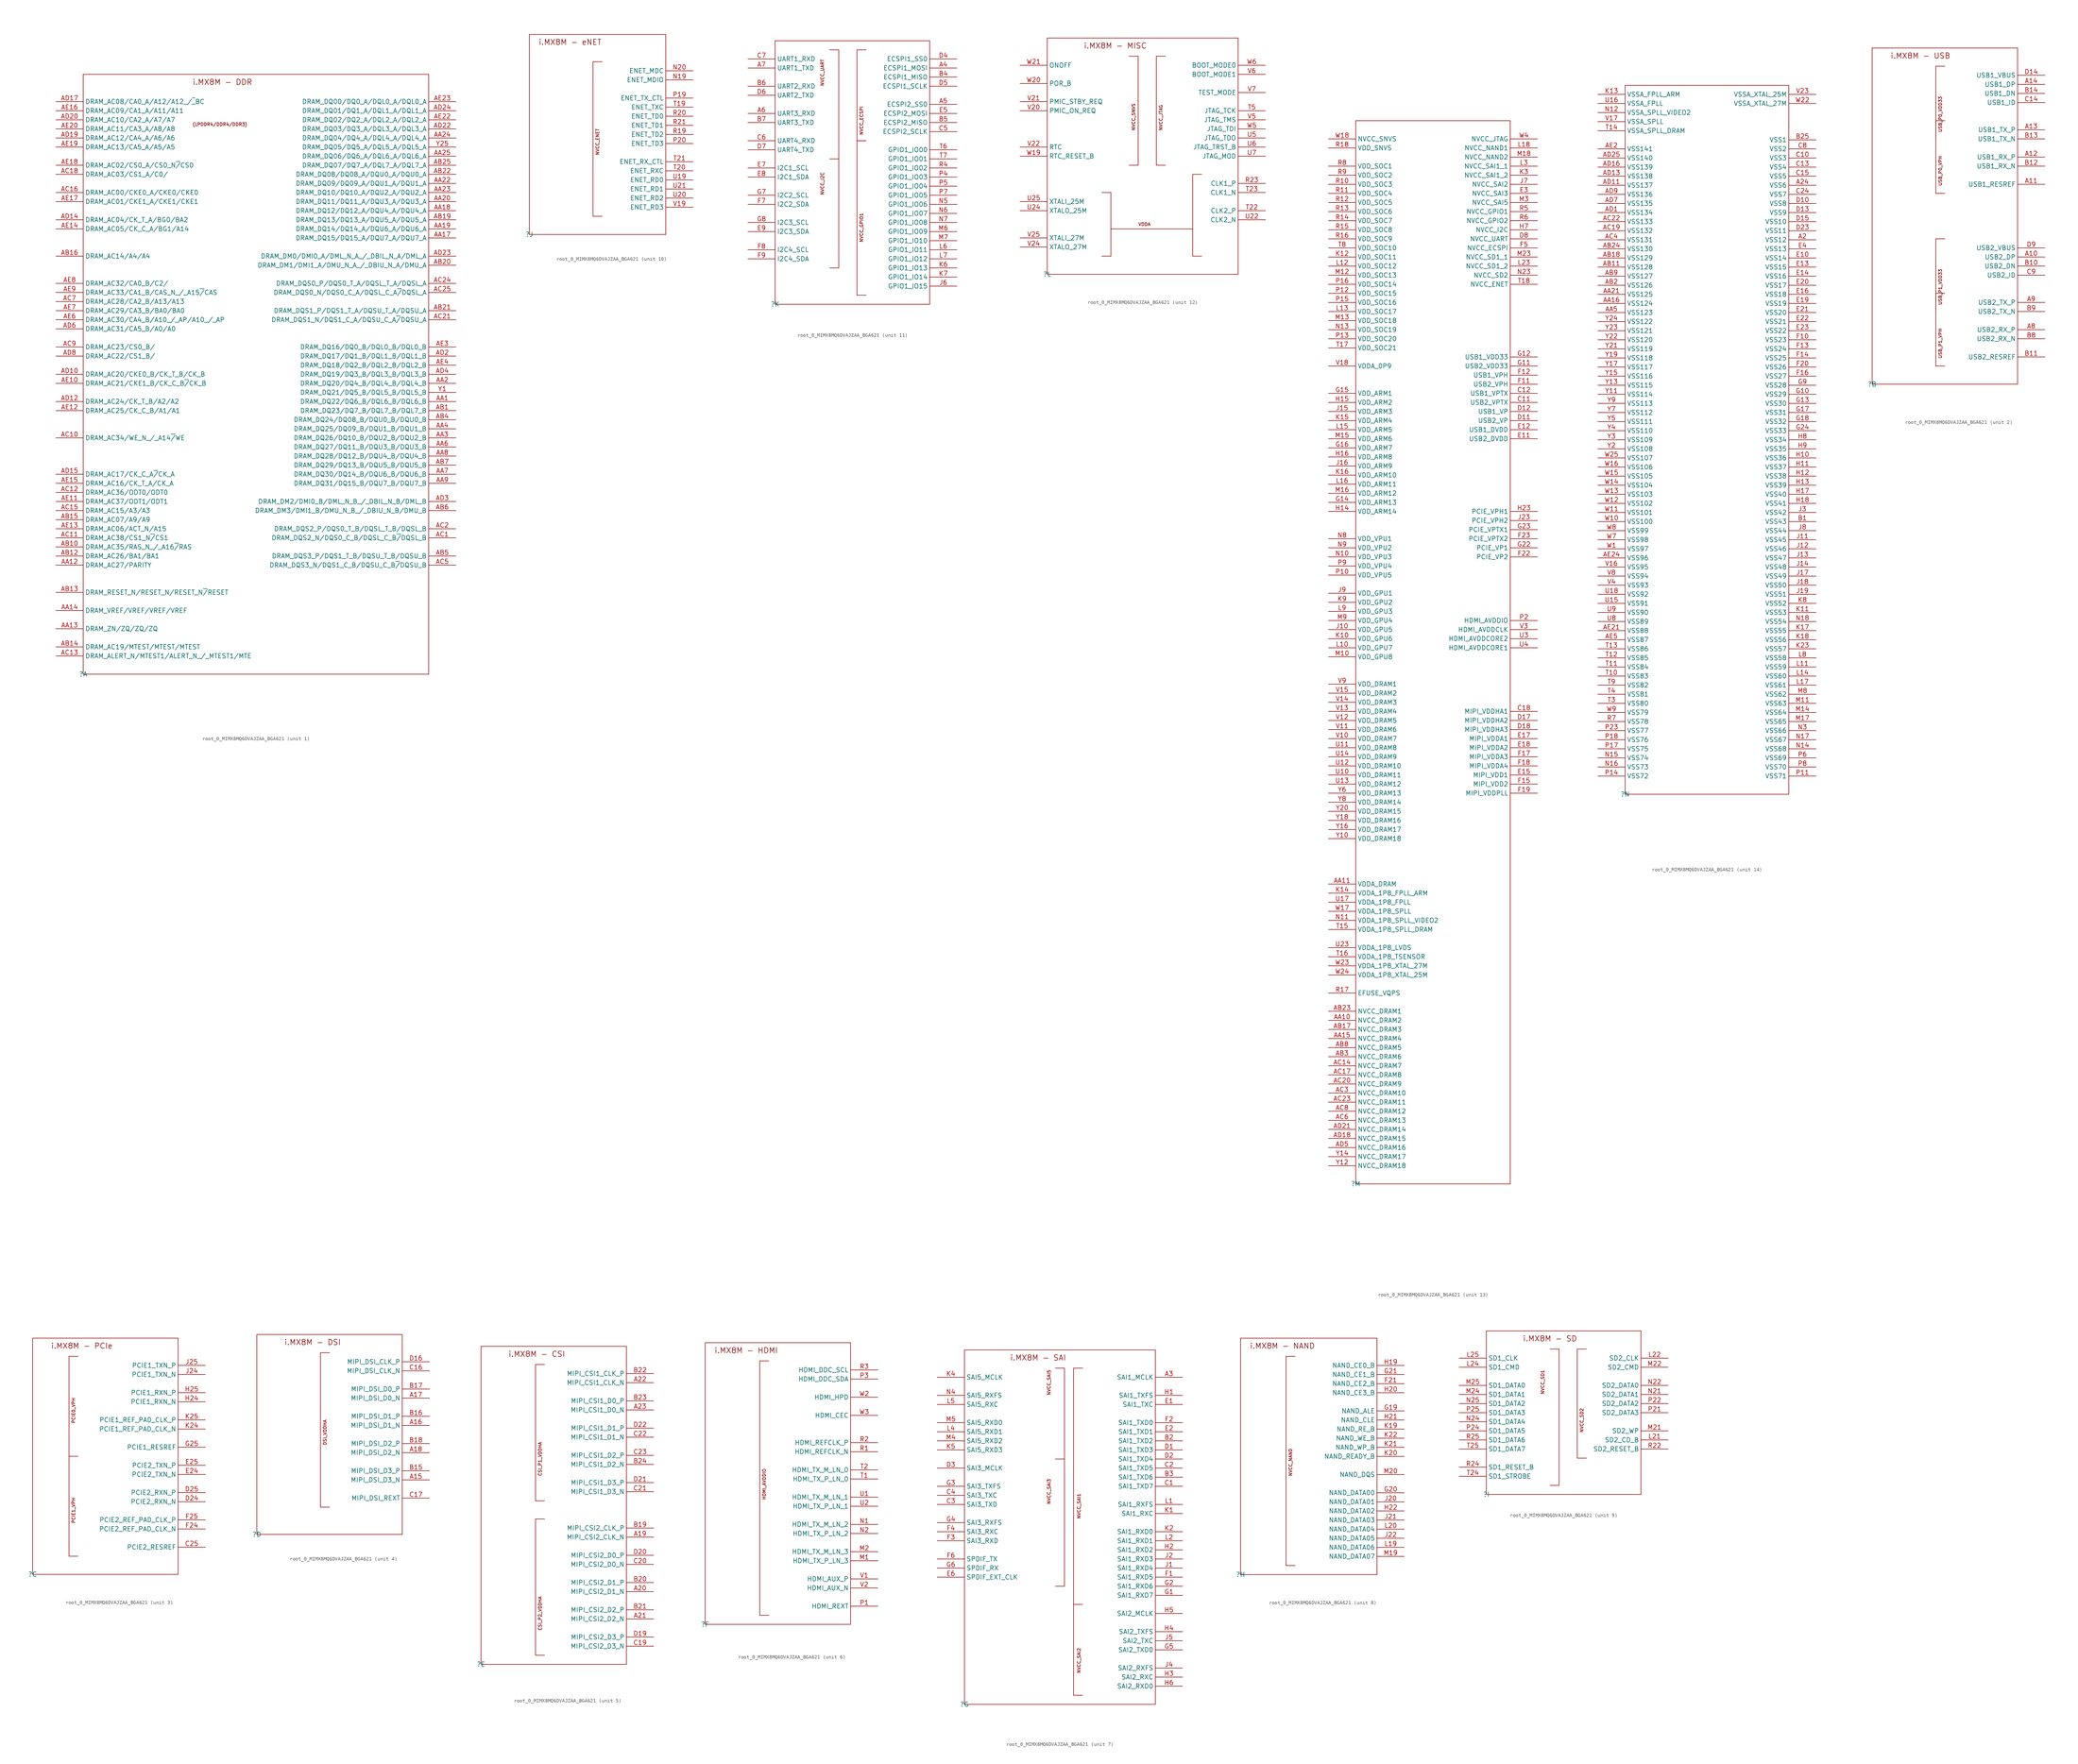
<source format=kicad_sym>
(kicad_symbol_lib
  (version 20220914)
  (generator kicad_symbol_editor)
  (symbol "root_0_MIMX8MQ6DVAJZAA_BGA621"
    (property "Reference" ""
      (at 0 0 0)
      (effects (font (size 1.27 1.27))))
    (property "Value" ""
      (at 0 0 0)
      (effects (font (size 1.27 1.27))))
    (symbol "root_0_MIMX8MQ6DVAJZAA_BGA621_1_0"
      (polyline (pts (xy 0 0) (xy 0 167.64)) (stroke (width 0) (type solid)) (fill (type none)))
      (polyline (pts (xy 0 167.64) (xy 96.52 167.64)) (stroke (width 0) (type solid)) (fill (type none)))
      (polyline (pts (xy 96.52 0) (xy 0 0)) (stroke (width 0) (type solid)) (fill (type none)))
      (polyline (pts (xy 96.52 167.64) (xy 96.52 0)) (stroke (width 0) (type solid)) (fill (type none)))
      (text "(LPDDR4/DDR4/DDR3)" (at 30.48 153.162 0) (effects (font (size 0.889 0.889)) (justify left bottom)))
      (text "i.MX8M - DDR" (at 30.48 164.592 0) (effects (font (size 1.524 1.524)) (justify left bottom)))
      (pin passive line (at 104.14 76.2 180) (length 7.62) (name "DRAM_DQ22/DQ6_B/DQL6_B/DQL6_B" (effects (font (size 1.27 1.27)))) (number "AA1" (effects (font (size 1.27 1.27)))))
      (pin passive line (at -7.62 30.48 0) (length 7.62) (name "DRAM_AC27/PARITY" (effects (font (size 1.27 1.27)))) (number "AA12" (effects (font (size 1.27 1.27)))))
      (pin passive line (at -7.62 12.7 0) (length 7.62) (name "DRAM_ZN/ZQ/ZQ/ZQ" (effects (font (size 1.27 1.27)))) (number "AA13" (effects (font (size 1.27 1.27)))))
      (pin passive line (at -7.62 17.78 0) (length 7.62) (name "DRAM_VREF/VREF/VREF/VREF" (effects (font (size 1.27 1.27)))) (number "AA14" (effects (font (size 1.27 1.27)))))
      (pin passive line (at 104.14 121.92 180) (length 7.62) (name "DRAM_DQ15/DQ15_A/DQU7_A/DQU7_A" (effects (font (size 1.27 1.27)))) (number "AA17" (effects (font (size 1.27 1.27)))))
      (pin passive line (at 104.14 129.54 180) (length 7.62) (name "DRAM_DQ12/DQ12_A/DQU4_A/DQU4_A" (effects (font (size 1.27 1.27)))) (number "AA18" (effects (font (size 1.27 1.27)))))
      (pin passive line (at 104.14 124.46 180) (length 7.62) (name "DRAM_DQ14/DQ14_A/DQU6_A/DQU6_A" (effects (font (size 1.27 1.27)))) (number "AA19" (effects (font (size 1.27 1.27)))))
      (pin passive line (at 104.14 81.28 180) (length 7.62) (name "DRAM_DQ20/DQ4_B/DQL4_B/DQL4_B" (effects (font (size 1.27 1.27)))) (number "AA2" (effects (font (size 1.27 1.27)))))
      (pin passive line (at 104.14 132.08 180) (length 7.62) (name "DRAM_DQ11/DQ11_A/DQU3_A/DQU3_A" (effects (font (size 1.27 1.27)))) (number "AA20" (effects (font (size 1.27 1.27)))))
      (pin passive line (at 104.14 137.16 180) (length 7.62) (name "DRAM_DQ09/DQ09_A/DQU1_A/DQU1_A" (effects (font (size 1.27 1.27)))) (number "AA22" (effects (font (size 1.27 1.27)))))
      (pin passive line (at 104.14 134.62 180) (length 7.62) (name "DRAM_DQ10/DQ10_A/DQU2_A/DQU2_A" (effects (font (size 1.27 1.27)))) (number "AA23" (effects (font (size 1.27 1.27)))))
      (pin passive line (at 104.14 149.86 180) (length 7.62) (name "DRAM_DQ04/DQ4_A/DQL4_A/DQL4_A" (effects (font (size 1.27 1.27)))) (number "AA24" (effects (font (size 1.27 1.27)))))
      (pin passive line (at 104.14 144.78 180) (length 7.62) (name "DRAM_DQ06/DQ6_A/DQL6_A/DQL6_A" (effects (font (size 1.27 1.27)))) (number "AA25" (effects (font (size 1.27 1.27)))))
      (pin passive line (at 104.14 66.04 180) (length 7.62) (name "DRAM_DQ26/DQ10_B/DQU2_B/DQU2_B" (effects (font (size 1.27 1.27)))) (number "AA3" (effects (font (size 1.27 1.27)))))
      (pin passive line (at 104.14 68.58 180) (length 7.62) (name "DRAM_DQ25/DQ09_B/DQU1_B/DQU1_B" (effects (font (size 1.27 1.27)))) (number "AA4" (effects (font (size 1.27 1.27)))))
      (pin passive line (at 104.14 63.5 180) (length 7.62) (name "DRAM_DQ27/DQ11_B/DQU3_B/DQU3_B" (effects (font (size 1.27 1.27)))) (number "AA6" (effects (font (size 1.27 1.27)))))
      (pin passive line (at 104.14 55.88 180) (length 7.62) (name "DRAM_DQ30/DQ14_B/DQU6_B/DQU6_B" (effects (font (size 1.27 1.27)))) (number "AA7" (effects (font (size 1.27 1.27)))))
      (pin passive line (at 104.14 60.96 180) (length 7.62) (name "DRAM_DQ28/DQ12_B/DQU4_B/DQU4_B" (effects (font (size 1.27 1.27)))) (number "AA8" (effects (font (size 1.27 1.27)))))
      (pin passive line (at 104.14 53.34 180) (length 7.62) (name "DRAM_DQ31/DQ15_B/DQU7_B/DQU7_B" (effects (font (size 1.27 1.27)))) (number "AA9" (effects (font (size 1.27 1.27)))))
      (pin passive line (at 104.14 73.66 180) (length 7.62) (name "DRAM_DQ23/DQ7_B/DQL7_B/DQL7_B" (effects (font (size 1.27 1.27)))) (number "AB1" (effects (font (size 1.27 1.27)))))
      (pin passive line (at -7.62 35.56 0) (length 7.62) (name "DRAM_AC35/RAS_N_/_A16~{/}RAS" (effects (font (size 1.27 1.27)))) (number "AB10" (effects (font (size 1.27 1.27)))))
      (pin passive line (at -7.62 33.02 0) (length 7.62) (name "DRAM_AC26/BA1/BA1" (effects (font (size 1.27 1.27)))) (number "AB12" (effects (font (size 1.27 1.27)))))
      (pin passive line (at -7.62 22.86 0) (length 7.62) (name "DRAM_RESET_N/RESET_N/RESET_N~{/}RESET" (effects (font (size 1.27 1.27)))) (number "AB13" (effects (font (size 1.27 1.27)))))
      (pin passive line (at -7.62 7.62 0) (length 7.62) (name "DRAM_AC19/MTEST/MTEST/MTEST" (effects (font (size 1.27 1.27)))) (number "AB14" (effects (font (size 1.27 1.27)))))
      (pin passive line (at -7.62 43.18 0) (length 7.62) (name "DRAM_AC07/A9/A9" (effects (font (size 1.27 1.27)))) (number "AB15" (effects (font (size 1.27 1.27)))))
      (pin passive line (at -7.62 116.84 0) (length 7.62) (name "DRAM_AC14/A4/A4" (effects (font (size 1.27 1.27)))) (number "AB16" (effects (font (size 1.27 1.27)))))
      (pin passive line (at 104.14 127 180) (length 7.62) (name "DRAM_DQ13/DQ13_A/DQU5_A/DQU5_A" (effects (font (size 1.27 1.27)))) (number "AB19" (effects (font (size 1.27 1.27)))))
      (pin passive line (at 104.14 114.3 180) (length 7.62) (name "DRAM_DM1/DMI1_A/DMU_N_A_/_DBIU_N_A/DMU_A" (effects (font (size 1.27 1.27)))) (number "AB20" (effects (font (size 1.27 1.27)))))
      (pin passive line (at 104.14 101.6 180) (length 7.62) (name "DRAM_DQS1_P/DQS1_T_A/DQSU_T_A/DQSU_A" (effects (font (size 1.27 1.27)))) (number "AB21" (effects (font (size 1.27 1.27)))))
      (pin passive line (at 104.14 139.7 180) (length 7.62) (name "DRAM_DQ08/DQ08_A/DQU0_A/DQU0_A" (effects (font (size 1.27 1.27)))) (number "AB22" (effects (font (size 1.27 1.27)))))
      (pin passive line (at 104.14 142.24 180) (length 7.62) (name "DRAM_DQ07/DQ7_A/DQL7_A/DQL7_A" (effects (font (size 1.27 1.27)))) (number "AB25" (effects (font (size 1.27 1.27)))))
      (pin passive line (at 104.14 71.12 180) (length 7.62) (name "DRAM_DQ24/DQ08_B/DQU0_B/DQU0_B" (effects (font (size 1.27 1.27)))) (number "AB4" (effects (font (size 1.27 1.27)))))
      (pin passive line (at 104.14 33.02 180) (length 7.62) (name "DRAM_DQS3_P/DQS1_T_B/DQSU_T_B/DQSU_B" (effects (font (size 1.27 1.27)))) (number "AB5" (effects (font (size 1.27 1.27)))))
      (pin passive line (at 104.14 45.72 180) (length 7.62) (name "DRAM_DM3/DMI1_B/DMU_N_B_/_DBIU_N_B/DMU_B" (effects (font (size 1.27 1.27)))) (number "AB6" (effects (font (size 1.27 1.27)))))
      (pin passive line (at 104.14 58.42 180) (length 7.62) (name "DRAM_DQ29/DQ13_B/DQU5_B/DQU5_B" (effects (font (size 1.27 1.27)))) (number "AB7" (effects (font (size 1.27 1.27)))))
      (pin passive line (at 104.14 38.1 180) (length 7.62) (name "DRAM_DQS2_N/DQS0_C_B/DQSL_C_B~{/}DQSL_B" (effects (font (size 1.27 1.27)))) (number "AC1" (effects (font (size 1.27 1.27)))))
      (pin passive line (at -7.62 66.04 0) (length 7.62) (name "DRAM_AC34/WE_N_/_A14~{/}WE" (effects (font (size 1.27 1.27)))) (number "AC10" (effects (font (size 1.27 1.27)))))
      (pin passive line (at -7.62 38.1 0) (length 7.62) (name "DRAM_AC38/CS1_N~{/}CS1" (effects (font (size 1.27 1.27)))) (number "AC11" (effects (font (size 1.27 1.27)))))
      (pin passive line (at -7.62 50.8 0) (length 7.62) (name "DRAM_AC36/ODT0/ODT0" (effects (font (size 1.27 1.27)))) (number "AC12" (effects (font (size 1.27 1.27)))))
      (pin passive line (at -7.62 5.08 0) (length 7.62) (name "DRAM_ALERT_N/MTEST1/ALERT_N_/_MTEST1/MTE" (effects (font (size 1.27 1.27)))) (number "AC13" (effects (font (size 1.27 1.27)))))
      (pin passive line (at -7.62 45.72 0) (length 7.62) (name "DRAM_AC15/A3/A3" (effects (font (size 1.27 1.27)))) (number "AC15" (effects (font (size 1.27 1.27)))))
      (pin passive line (at -7.62 134.62 0) (length 7.62) (name "DRAM_AC00/CKE0_A/CKE0/CKE0" (effects (font (size 1.27 1.27)))) (number "AC16" (effects (font (size 1.27 1.27)))))
      (pin passive line (at -7.62 139.7 0) (length 7.62) (name "DRAM_AC03/CS1_A/C0/" (effects (font (size 1.27 1.27)))) (number "AC18" (effects (font (size 1.27 1.27)))))
      (pin passive line (at 104.14 40.64 180) (length 7.62) (name "DRAM_DQS2_P/DQS0_T_B/DQSL_T_B/DQSL_B" (effects (font (size 1.27 1.27)))) (number "AC2" (effects (font (size 1.27 1.27)))))
      (pin passive line (at 104.14 99.06 180) (length 7.62) (name "DRAM_DQS1_N/DQS1_C_A/DQSU_C_A~{/}DQSU_A" (effects (font (size 1.27 1.27)))) (number "AC21" (effects (font (size 1.27 1.27)))))
      (pin passive line (at 104.14 109.22 180) (length 7.62) (name "DRAM_DQS0_P/DQS0_T_A/DQSL_T_A/DQSL_A" (effects (font (size 1.27 1.27)))) (number "AC24" (effects (font (size 1.27 1.27)))))
      (pin passive line (at 104.14 106.68 180) (length 7.62) (name "DRAM_DQS0_N/DQS0_C_A/DQSL_C_A~{/}DQSL_A" (effects (font (size 1.27 1.27)))) (number "AC25" (effects (font (size 1.27 1.27)))))
      (pin passive line (at 104.14 30.48 180) (length 7.62) (name "DRAM_DQS3_N/DQS1_C_B/DQSU_C_B~{/}DQSU_B" (effects (font (size 1.27 1.27)))) (number "AC5" (effects (font (size 1.27 1.27)))))
      (pin passive line (at -7.62 104.14 0) (length 7.62) (name "DRAM_AC28/CA2_B/A13/A13" (effects (font (size 1.27 1.27)))) (number "AC7" (effects (font (size 1.27 1.27)))))
      (pin passive line (at -7.62 91.44 0) (length 7.62) (name "DRAM_AC23/CS0_B/" (effects (font (size 1.27 1.27)))) (number "AC9" (effects (font (size 1.27 1.27)))))
      (pin passive line (at -7.62 83.82 0) (length 7.62) (name "DRAM_AC20/CKE0_B/CK_T_B/CK_B" (effects (font (size 1.27 1.27)))) (number "AD10" (effects (font (size 1.27 1.27)))))
      (pin passive line (at -7.62 76.2 0) (length 7.62) (name "DRAM_AC24/CK_T_B/A2/A2" (effects (font (size 1.27 1.27)))) (number "AD12" (effects (font (size 1.27 1.27)))))
      (pin passive line (at -7.62 127 0) (length 7.62) (name "DRAM_AC04/CK_T_A/BG0/BA2" (effects (font (size 1.27 1.27)))) (number "AD14" (effects (font (size 1.27 1.27)))))
      (pin passive line (at -7.62 55.88 0) (length 7.62) (name "DRAM_AC17/CK_C_A~{/}CK_A" (effects (font (size 1.27 1.27)))) (number "AD15" (effects (font (size 1.27 1.27)))))
      (pin passive line (at -7.62 160.02 0) (length 7.62) (name "DRAM_AC08/CA0_A/A12/A12_/~{_}BC" (effects (font (size 1.27 1.27)))) (number "AD17" (effects (font (size 1.27 1.27)))))
      (pin passive line (at -7.62 149.86 0) (length 7.62) (name "DRAM_AC12/CA4_A/A6/A6" (effects (font (size 1.27 1.27)))) (number "AD19" (effects (font (size 1.27 1.27)))))
      (pin passive line (at 104.14 88.9 180) (length 7.62) (name "DRAM_DQ17/DQ1_B/DQL1_B/DQL1_B" (effects (font (size 1.27 1.27)))) (number "AD2" (effects (font (size 1.27 1.27)))))
      (pin passive line (at -7.62 154.94 0) (length 7.62) (name "DRAM_AC10/CA2_A/A7/A7" (effects (font (size 1.27 1.27)))) (number "AD20" (effects (font (size 1.27 1.27)))))
      (pin passive line (at 104.14 152.4 180) (length 7.62) (name "DRAM_DQ03/DQ3_A/DQL3_A/DQL3_A" (effects (font (size 1.27 1.27)))) (number "AD22" (effects (font (size 1.27 1.27)))))
      (pin passive line (at 104.14 116.84 180) (length 7.62) (name "DRAM_DM0/DMI0_A/DML_N_A_/_DBIL_N_A/DML_A" (effects (font (size 1.27 1.27)))) (number "AD23" (effects (font (size 1.27 1.27)))))
      (pin passive line (at 104.14 157.48 180) (length 7.62) (name "DRAM_DQ01/DQ1_A/DQL1_A/DQL1_A" (effects (font (size 1.27 1.27)))) (number "AD24" (effects (font (size 1.27 1.27)))))
      (pin passive line (at 104.14 48.26 180) (length 7.62) (name "DRAM_DM2/DMI0_B/DML_N_B_/_DBIL_N_B/DML_B" (effects (font (size 1.27 1.27)))) (number "AD3" (effects (font (size 1.27 1.27)))))
      (pin passive line (at 104.14 83.82 180) (length 7.62) (name "DRAM_DQ19/DQ3_B/DQL3_B/DQL3_B" (effects (font (size 1.27 1.27)))) (number "AD4" (effects (font (size 1.27 1.27)))))
      (pin passive line (at -7.62 96.52 0) (length 7.62) (name "DRAM_AC31/CA5_B/A0/A0" (effects (font (size 1.27 1.27)))) (number "AD6" (effects (font (size 1.27 1.27)))))
      (pin passive line (at -7.62 88.9 0) (length 7.62) (name "DRAM_AC22/CS1_B/" (effects (font (size 1.27 1.27)))) (number "AD8" (effects (font (size 1.27 1.27)))))
      (pin passive line (at -7.62 81.28 0) (length 7.62) (name "DRAM_AC21/CKE1_B/CK_C_B~{/}CK_B" (effects (font (size 1.27 1.27)))) (number "AE10" (effects (font (size 1.27 1.27)))))
      (pin passive line (at -7.62 48.26 0) (length 7.62) (name "DRAM_AC37/ODT1/ODT1" (effects (font (size 1.27 1.27)))) (number "AE11" (effects (font (size 1.27 1.27)))))
      (pin passive line (at -7.62 73.66 0) (length 7.62) (name "DRAM_AC25/CK_C_B/A1/A1" (effects (font (size 1.27 1.27)))) (number "AE12" (effects (font (size 1.27 1.27)))))
      (pin passive line (at -7.62 40.64 0) (length 7.62) (name "DRAM_AC06/ACT_N/A15" (effects (font (size 1.27 1.27)))) (number "AE13" (effects (font (size 1.27 1.27)))))
      (pin passive line (at -7.62 124.46 0) (length 7.62) (name "DRAM_AC05/CK_C_A/BG1/A14" (effects (font (size 1.27 1.27)))) (number "AE14" (effects (font (size 1.27 1.27)))))
      (pin passive line (at -7.62 53.34 0) (length 7.62) (name "DRAM_AC16/CK_T_A/CK_A" (effects (font (size 1.27 1.27)))) (number "AE15" (effects (font (size 1.27 1.27)))))
      (pin passive line (at -7.62 157.48 0) (length 7.62) (name "DRAM_AC09/CA1_A/A11/A11" (effects (font (size 1.27 1.27)))) (number "AE16" (effects (font (size 1.27 1.27)))))
      (pin passive line (at -7.62 132.08 0) (length 7.62) (name "DRAM_AC01/CKE1_A/CKE1/CKE1" (effects (font (size 1.27 1.27)))) (number "AE17" (effects (font (size 1.27 1.27)))))
      (pin passive line (at -7.62 142.24 0) (length 7.62) (name "DRAM_AC02/CS0_A/CS0_N~{/}CS0" (effects (font (size 1.27 1.27)))) (number "AE18" (effects (font (size 1.27 1.27)))))
      (pin passive line (at -7.62 147.32 0) (length 7.62) (name "DRAM_AC13/CA5_A/A5/A5" (effects (font (size 1.27 1.27)))) (number "AE19" (effects (font (size 1.27 1.27)))))
      (pin passive line (at -7.62 152.4 0) (length 7.62) (name "DRAM_AC11/CA3_A/A8/A8" (effects (font (size 1.27 1.27)))) (number "AE20" (effects (font (size 1.27 1.27)))))
      (pin passive line (at 104.14 154.94 180) (length 7.62) (name "DRAM_DQ02/DQ2_A/DQL2_A/DQL2_A" (effects (font (size 1.27 1.27)))) (number "AE22" (effects (font (size 1.27 1.27)))))
      (pin passive line (at 104.14 160.02 180) (length 7.62) (name "DRAM_DQ00/DQ0_A/DQL0_A/DQL0_A" (effects (font (size 1.27 1.27)))) (number "AE23" (effects (font (size 1.27 1.27)))))
      (pin passive line (at 104.14 91.44 180) (length 7.62) (name "DRAM_DQ16/DQ0_B/DQL0_B/DQL0_B" (effects (font (size 1.27 1.27)))) (number "AE3" (effects (font (size 1.27 1.27)))))
      (pin passive line (at 104.14 86.36 180) (length 7.62) (name "DRAM_DQ18/DQ2_B/DQL2_B/DQL2_B" (effects (font (size 1.27 1.27)))) (number "AE4" (effects (font (size 1.27 1.27)))))
      (pin passive line (at -7.62 99.06 0) (length 7.62) (name "DRAM_AC30/CA4_B/A10_/_AP/A10_/_AP" (effects (font (size 1.27 1.27)))) (number "AE6" (effects (font (size 1.27 1.27)))))
      (pin passive line (at -7.62 101.6 0) (length 7.62) (name "DRAM_AC29/CA3_B/BA0/BA0" (effects (font (size 1.27 1.27)))) (number "AE7" (effects (font (size 1.27 1.27)))))
      (pin passive line (at -7.62 109.22 0) (length 7.62) (name "DRAM_AC32/CA0_B/C2/" (effects (font (size 1.27 1.27)))) (number "AE8" (effects (font (size 1.27 1.27)))))
      (pin passive line (at -7.62 106.68 0) (length 7.62) (name "DRAM_AC33/CA1_B/CAS_N_/_A15~{/}CAS" (effects (font (size 1.27 1.27)))) (number "AE9" (effects (font (size 1.27 1.27)))))
      (pin passive line (at 104.14 78.74 180) (length 7.62) (name "DRAM_DQ21/DQ5_B/DQL5_B/DQL5_B" (effects (font (size 1.27 1.27)))) (number "Y1" (effects (font (size 1.27 1.27)))))
      (pin passive line (at 104.14 147.32 180) (length 7.62) (name "DRAM_DQ05/DQ5_A/DQL5_A/DQL5_A" (effects (font (size 1.27 1.27)))) (number "Y25" (effects (font (size 1.27 1.27))))))
    (symbol "root_0_MIMX8MQ6DVAJZAA_BGA621_2_0"
      (polyline (pts (xy 0 0) (xy 0 93.98)) (stroke (width 0) (type solid)) (fill (type none)))
      (polyline (pts (xy 0 93.98) (xy 40.64 93.98)) (stroke (width 0) (type solid)) (fill (type none)))
      (polyline (pts (xy 17.78 5.08) (xy 20.32 5.08)) (stroke (width 0) (type solid)) (fill (type none)))
      (polyline (pts (xy 17.78 25.4) (xy 17.78 5.08)) (stroke (width 0) (type solid)) (fill (type none)))
      (polyline (pts (xy 17.78 40.64) (xy 17.78 20.32)) (stroke (width 0) (type solid)) (fill (type none)))
      (polyline (pts (xy 17.78 53.34) (xy 20.32 53.34)) (stroke (width 0) (type solid)) (fill (type none)))
      (polyline (pts (xy 17.78 73.66) (xy 17.78 53.34)) (stroke (width 0) (type solid)) (fill (type none)))
      (polyline (pts (xy 17.78 88.9) (xy 17.78 68.58)) (stroke (width 0) (type solid)) (fill (type none)))
      (polyline (pts (xy 20.32 25.4) (xy 17.78 25.4)) (stroke (width 0) (type solid)) (fill (type none)))
      (polyline (pts (xy 20.32 40.64) (xy 17.78 40.64)) (stroke (width 0) (type solid)) (fill (type none)))
      (polyline (pts (xy 20.32 73.66) (xy 17.78 73.66)) (stroke (width 0) (type solid)) (fill (type none)))
      (polyline (pts (xy 20.32 88.9) (xy 17.78 88.9)) (stroke (width 0) (type solid)) (fill (type none)))
      (polyline (pts (xy 40.64 0) (xy 0 0)) (stroke (width 0) (type solid)) (fill (type none)))
      (polyline (pts (xy 40.64 93.98) (xy 40.64 0)) (stroke (width 0) (type solid)) (fill (type none)))
      (text "i.MX8M - USB" (at 5.08 90.932 0) (effects (font (size 1.524 1.524)) (justify left bottom)))
      (text "USB_P0_VDD33" (at 19.558 70.358 900) (effects (font (size 0.889 0.889)) (justify left bottom)))
      (text "USB_P0_VPH" (at 19.558 55.372 900) (effects (font (size 0.889 0.889)) (justify left bottom)))
      (text "USB_P1_VDD33" (at 19.558 22.098 900) (effects (font (size 0.889 0.889)) (justify left bottom)))
      (text "USB_P1_VPH" (at 19.558 7.112 900) (effects (font (size 0.889 0.889)) (justify left bottom)))
      (pin passive line (at 48.26 35.56 180) (length 7.62) (name "USB2_DP" (effects (font (size 1.27 1.27)))) (number "A10" (effects (font (size 1.27 1.27)))))
      (pin passive line (at 48.26 55.88 180) (length 7.62) (name "USB1_RESREF" (effects (font (size 1.27 1.27)))) (number "A11" (effects (font (size 1.27 1.27)))))
      (pin passive line (at 48.26 63.5 180) (length 7.62) (name "USB1_RX_P" (effects (font (size 1.27 1.27)))) (number "A12" (effects (font (size 1.27 1.27)))))
      (pin passive line (at 48.26 71.12 180) (length 7.62) (name "USB1_TX_P" (effects (font (size 1.27 1.27)))) (number "A13" (effects (font (size 1.27 1.27)))))
      (pin passive line (at 48.26 83.82 180) (length 7.62) (name "USB1_DP" (effects (font (size 1.27 1.27)))) (number "A14" (effects (font (size 1.27 1.27)))))
      (pin passive line (at 48.26 15.24 180) (length 7.62) (name "USB2_RX_P" (effects (font (size 1.27 1.27)))) (number "A8" (effects (font (size 1.27 1.27)))))
      (pin passive line (at 48.26 22.86 180) (length 7.62) (name "USB2_TX_P" (effects (font (size 1.27 1.27)))) (number "A9" (effects (font (size 1.27 1.27)))))
      (pin passive line (at 48.26 33.02 180) (length 7.62) (name "USB2_DN" (effects (font (size 1.27 1.27)))) (number "B10" (effects (font (size 1.27 1.27)))))
      (pin passive line (at 48.26 7.62 180) (length 7.62) (name "USB2_RESREF" (effects (font (size 1.27 1.27)))) (number "B11" (effects (font (size 1.27 1.27)))))
      (pin passive line (at 48.26 60.96 180) (length 7.62) (name "USB1_RX_N" (effects (font (size 1.27 1.27)))) (number "B12" (effects (font (size 1.27 1.27)))))
      (pin passive line (at 48.26 68.58 180) (length 7.62) (name "USB1_TX_N" (effects (font (size 1.27 1.27)))) (number "B13" (effects (font (size 1.27 1.27)))))
      (pin passive line (at 48.26 81.28 180) (length 7.62) (name "USB1_DN" (effects (font (size 1.27 1.27)))) (number "B14" (effects (font (size 1.27 1.27)))))
      (pin passive line (at 48.26 12.7 180) (length 7.62) (name "USB2_RX_N" (effects (font (size 1.27 1.27)))) (number "B8" (effects (font (size 1.27 1.27)))))
      (pin passive line (at 48.26 20.32 180) (length 7.62) (name "USB2_TX_N" (effects (font (size 1.27 1.27)))) (number "B9" (effects (font (size 1.27 1.27)))))
      (pin passive line (at 48.26 78.74 180) (length 7.62) (name "USB1_ID" (effects (font (size 1.27 1.27)))) (number "C14" (effects (font (size 1.27 1.27)))))
      (pin passive line (at 48.26 30.48 180) (length 7.62) (name "USB2_ID" (effects (font (size 1.27 1.27)))) (number "C9" (effects (font (size 1.27 1.27)))))
      (pin passive line (at 48.26 86.36 180) (length 7.62) (name "USB1_VBUS" (effects (font (size 1.27 1.27)))) (number "D14" (effects (font (size 1.27 1.27)))))
      (pin passive line (at 48.26 38.1 180) (length 7.62) (name "USB2_VBUS" (effects (font (size 1.27 1.27)))) (number "D9" (effects (font (size 1.27 1.27))))))
    (symbol "root_0_MIMX8MQ6DVAJZAA_BGA621_3_0"
      (polyline (pts (xy 0 0) (xy 0 66.04)) (stroke (width 0) (type solid)) (fill (type none)))
      (polyline (pts (xy 0 66.04) (xy 40.64 66.04)) (stroke (width 0) (type solid)) (fill (type none)))
      (polyline (pts (xy 10.16 5.08) (xy 10.16 33.02)) (stroke (width 0) (type solid)) (fill (type none)))
      (polyline (pts (xy 10.16 33.02) (xy 10.16 60.96)) (stroke (width 0) (type solid)) (fill (type none)))
      (polyline (pts (xy 10.16 33.02) (xy 12.7 33.02)) (stroke (width 0) (type solid)) (fill (type none)))
      (polyline (pts (xy 10.16 60.96) (xy 12.7 60.96)) (stroke (width 0) (type solid)) (fill (type none)))
      (polyline (pts (xy 12.7 5.08) (xy 10.16 5.08)) (stroke (width 0) (type solid)) (fill (type none)))
      (polyline (pts (xy 40.64 0) (xy 0 0)) (stroke (width 0) (type solid)) (fill (type none)))
      (polyline (pts (xy 40.64 66.04) (xy 40.64 0)) (stroke (width 0) (type solid)) (fill (type none)))
      (text "i.MX8M - PCIe" (at 5.08 62.992 0) (effects (font (size 1.524 1.524)) (justify left bottom)))
      (text "PCIE0_VPH" (at 11.938 42.164 900) (effects (font (size 0.889 0.889)) (justify left bottom)))
      (text "PCIE1_VPH" (at 11.938 14.224 900) (effects (font (size 0.889 0.889)) (justify left bottom)))
      (pin passive line (at 48.26 7.62 180) (length 7.62) (name "PCIE2_RESREF" (effects (font (size 1.27 1.27)))) (number "C25" (effects (font (size 1.27 1.27)))))
      (pin passive line (at 48.26 20.32 180) (length 7.62) (name "PCIE2_RXN_N" (effects (font (size 1.27 1.27)))) (number "D24" (effects (font (size 1.27 1.27)))))
      (pin passive line (at 48.26 22.86 180) (length 7.62) (name "PCIE2_RXN_P" (effects (font (size 1.27 1.27)))) (number "D25" (effects (font (size 1.27 1.27)))))
      (pin passive line (at 48.26 27.94 180) (length 7.62) (name "PCIE2_TXN_N" (effects (font (size 1.27 1.27)))) (number "E24" (effects (font (size 1.27 1.27)))))
      (pin passive line (at 48.26 30.48 180) (length 7.62) (name "PCIE2_TXN_P" (effects (font (size 1.27 1.27)))) (number "E25" (effects (font (size 1.27 1.27)))))
      (pin passive line (at 48.26 12.7 180) (length 7.62) (name "PCIE2_REF_PAD_CLK_N" (effects (font (size 1.27 1.27)))) (number "F24" (effects (font (size 1.27 1.27)))))
      (pin passive line (at 48.26 15.24 180) (length 7.62) (name "PCIE2_REF_PAD_CLK_P" (effects (font (size 1.27 1.27)))) (number "F25" (effects (font (size 1.27 1.27)))))
      (pin passive line (at 48.26 35.56 180) (length 7.62) (name "PCIE1_RESREF" (effects (font (size 1.27 1.27)))) (number "G25" (effects (font (size 1.27 1.27)))))
      (pin passive line (at 48.26 48.26 180) (length 7.62) (name "PCIE1_RXN_N" (effects (font (size 1.27 1.27)))) (number "H24" (effects (font (size 1.27 1.27)))))
      (pin passive line (at 48.26 50.8 180) (length 7.62) (name "PCIE1_RXN_P" (effects (font (size 1.27 1.27)))) (number "H25" (effects (font (size 1.27 1.27)))))
      (pin passive line (at 48.26 55.88 180) (length 7.62) (name "PCIE1_TXN_N" (effects (font (size 1.27 1.27)))) (number "J24" (effects (font (size 1.27 1.27)))))
      (pin passive line (at 48.26 58.42 180) (length 7.62) (name "PCIE1_TXN_P" (effects (font (size 1.27 1.27)))) (number "J25" (effects (font (size 1.27 1.27)))))
      (pin passive line (at 48.26 40.64 180) (length 7.62) (name "PCIE1_REF_PAD_CLK_N" (effects (font (size 1.27 1.27)))) (number "K24" (effects (font (size 1.27 1.27)))))
      (pin passive line (at 48.26 43.18 180) (length 7.62) (name "PCIE1_REF_PAD_CLK_P" (effects (font (size 1.27 1.27)))) (number "K25" (effects (font (size 1.27 1.27))))))
    (symbol "root_0_MIMX8MQ6DVAJZAA_BGA621_4_0"
      (polyline (pts (xy 0 0) (xy 0 55.88)) (stroke (width 0) (type solid)) (fill (type none)))
      (polyline (pts (xy 0 55.88) (xy 40.64 55.88)) (stroke (width 0) (type solid)) (fill (type none)))
      (polyline (pts (xy 17.78 7.62) (xy 17.78 50.8)) (stroke (width 0) (type solid)) (fill (type none)))
      (polyline (pts (xy 17.78 50.8) (xy 20.32 50.8)) (stroke (width 0) (type solid)) (fill (type none)))
      (polyline (pts (xy 20.32 7.62) (xy 17.78 7.62)) (stroke (width 0) (type solid)) (fill (type none)))
      (polyline (pts (xy 40.64 0) (xy 0 0)) (stroke (width 0) (type solid)) (fill (type none)))
      (polyline (pts (xy 40.64 55.88) (xy 40.64 0)) (stroke (width 0) (type solid)) (fill (type none)))
      (text "DSI_VDDHA" (at 19.558 24.892 900) (effects (font (size 0.889 0.889)) (justify left bottom)))
      (text "i.MX8M - DSI" (at 7.62 52.832 0) (effects (font (size 1.524 1.524)) (justify left bottom)))
      (pin passive line (at 48.26 15.24 180) (length 7.62) (name "MIPI_DSI_D3_N" (effects (font (size 1.27 1.27)))) (number "A15" (effects (font (size 1.27 1.27)))))
      (pin passive line (at 48.26 30.48 180) (length 7.62) (name "MIPI_DSI_D1_N" (effects (font (size 1.27 1.27)))) (number "A16" (effects (font (size 1.27 1.27)))))
      (pin passive line (at 48.26 38.1 180) (length 7.62) (name "MIPI_DSI_D0_N" (effects (font (size 1.27 1.27)))) (number "A17" (effects (font (size 1.27 1.27)))))
      (pin passive line (at 48.26 22.86 180) (length 7.62) (name "MIPI_DSI_D2_N" (effects (font (size 1.27 1.27)))) (number "A18" (effects (font (size 1.27 1.27)))))
      (pin passive line (at 48.26 17.78 180) (length 7.62) (name "MIPI_DSI_D3_P" (effects (font (size 1.27 1.27)))) (number "B15" (effects (font (size 1.27 1.27)))))
      (pin passive line (at 48.26 33.02 180) (length 7.62) (name "MIPI_DSI_D1_P" (effects (font (size 1.27 1.27)))) (number "B16" (effects (font (size 1.27 1.27)))))
      (pin passive line (at 48.26 40.64 180) (length 7.62) (name "MIPI_DSI_D0_P" (effects (font (size 1.27 1.27)))) (number "B17" (effects (font (size 1.27 1.27)))))
      (pin passive line (at 48.26 25.4 180) (length 7.62) (name "MIPI_DSI_D2_P" (effects (font (size 1.27 1.27)))) (number "B18" (effects (font (size 1.27 1.27)))))
      (pin passive line (at 48.26 45.72 180) (length 7.62) (name "MIPI_DSI_CLK_N" (effects (font (size 1.27 1.27)))) (number "C16" (effects (font (size 1.27 1.27)))))
      (pin passive line (at 48.26 10.16 180) (length 7.62) (name "MIPI_DSI_REXT" (effects (font (size 1.27 1.27)))) (number "C17" (effects (font (size 1.27 1.27)))))
      (pin passive line (at 48.26 48.26 180) (length 7.62) (name "MIPI_DSI_CLK_P" (effects (font (size 1.27 1.27)))) (number "D16" (effects (font (size 1.27 1.27))))))
    (symbol "root_0_MIMX8MQ6DVAJZAA_BGA621_5_0"
      (polyline (pts (xy 0 0) (xy 0 88.9)) (stroke (width 0) (type solid)) (fill (type none)))
      (polyline (pts (xy 0 88.9) (xy 40.64 88.9)) (stroke (width 0) (type solid)) (fill (type none)))
      (polyline (pts (xy 15.24 2.54) (xy 15.24 40.64)) (stroke (width 0) (type solid)) (fill (type none)))
      (polyline (pts (xy 15.24 40.64) (xy 17.78 40.64)) (stroke (width 0) (type solid)) (fill (type none)))
      (polyline (pts (xy 15.24 45.72) (xy 15.24 83.82)) (stroke (width 0) (type solid)) (fill (type none)))
      (polyline (pts (xy 15.24 83.82) (xy 17.78 83.82)) (stroke (width 0) (type solid)) (fill (type none)))
      (polyline (pts (xy 17.78 2.54) (xy 15.24 2.54)) (stroke (width 0) (type solid)) (fill (type none)))
      (polyline (pts (xy 17.78 45.72) (xy 15.24 45.72)) (stroke (width 0) (type solid)) (fill (type none)))
      (polyline (pts (xy 40.64 0) (xy 0 0)) (stroke (width 0) (type solid)) (fill (type none)))
      (polyline (pts (xy 40.64 88.9) (xy 40.64 0)) (stroke (width 0) (type solid)) (fill (type none)))
      (text "CSI_P1_VDDHA" (at 17.018 52.578 900) (effects (font (size 0.889 0.889)) (justify left bottom)))
      (text "CSI_P2_VDDHA" (at 17.018 9.398 900) (effects (font (size 0.889 0.889)) (justify left bottom)))
      (text "i.MX8M - CSI" (at 7.62 85.852 0) (effects (font (size 1.524 1.524)) (justify left bottom)))
      (pin passive line (at 48.26 35.56 180) (length 7.62) (name "MIPI_CSI2_CLK_N" (effects (font (size 1.27 1.27)))) (number "A19" (effects (font (size 1.27 1.27)))))
      (pin passive line (at 48.26 20.32 180) (length 7.62) (name "MIPI_CSI2_D1_N" (effects (font (size 1.27 1.27)))) (number "A20" (effects (font (size 1.27 1.27)))))
      (pin passive line (at 48.26 12.7 180) (length 7.62) (name "MIPI_CSI2_D2_N" (effects (font (size 1.27 1.27)))) (number "A21" (effects (font (size 1.27 1.27)))))
      (pin passive line (at 48.26 78.74 180) (length 7.62) (name "MIPI_CSI1_CLK_N" (effects (font (size 1.27 1.27)))) (number "A22" (effects (font (size 1.27 1.27)))))
      (pin passive line (at 48.26 71.12 180) (length 7.62) (name "MIPI_CSI1_D0_N" (effects (font (size 1.27 1.27)))) (number "A23" (effects (font (size 1.27 1.27)))))
      (pin passive line (at 48.26 38.1 180) (length 7.62) (name "MIPI_CSI2_CLK_P" (effects (font (size 1.27 1.27)))) (number "B19" (effects (font (size 1.27 1.27)))))
      (pin passive line (at 48.26 22.86 180) (length 7.62) (name "MIPI_CSI2_D1_P" (effects (font (size 1.27 1.27)))) (number "B20" (effects (font (size 1.27 1.27)))))
      (pin passive line (at 48.26 15.24 180) (length 7.62) (name "MIPI_CSI2_D2_P" (effects (font (size 1.27 1.27)))) (number "B21" (effects (font (size 1.27 1.27)))))
      (pin passive line (at 48.26 81.28 180) (length 7.62) (name "MIPI_CSI1_CLK_P" (effects (font (size 1.27 1.27)))) (number "B22" (effects (font (size 1.27 1.27)))))
      (pin passive line (at 48.26 73.66 180) (length 7.62) (name "MIPI_CSI1_D0_P" (effects (font (size 1.27 1.27)))) (number "B23" (effects (font (size 1.27 1.27)))))
      (pin passive line (at 48.26 55.88 180) (length 7.62) (name "MIPI_CSI1_D2_N" (effects (font (size 1.27 1.27)))) (number "B24" (effects (font (size 1.27 1.27)))))
      (pin passive line (at 48.26 5.08 180) (length 7.62) (name "MIPI_CSI2_D3_N" (effects (font (size 1.27 1.27)))) (number "C19" (effects (font (size 1.27 1.27)))))
      (pin passive line (at 48.26 27.94 180) (length 7.62) (name "MIPI_CSI2_D0_N" (effects (font (size 1.27 1.27)))) (number "C20" (effects (font (size 1.27 1.27)))))
      (pin passive line (at 48.26 48.26 180) (length 7.62) (name "MIPI_CSI1_D3_N" (effects (font (size 1.27 1.27)))) (number "C21" (effects (font (size 1.27 1.27)))))
      (pin passive line (at 48.26 63.5 180) (length 7.62) (name "MIPI_CSI1_D1_N" (effects (font (size 1.27 1.27)))) (number "C22" (effects (font (size 1.27 1.27)))))
      (pin passive line (at 48.26 58.42 180) (length 7.62) (name "MIPI_CSI1_D2_P" (effects (font (size 1.27 1.27)))) (number "C23" (effects (font (size 1.27 1.27)))))
      (pin passive line (at 48.26 7.62 180) (length 7.62) (name "MIPI_CSI2_D3_P" (effects (font (size 1.27 1.27)))) (number "D19" (effects (font (size 1.27 1.27)))))
      (pin passive line (at 48.26 30.48 180) (length 7.62) (name "MIPI_CSI2_D0_P" (effects (font (size 1.27 1.27)))) (number "D20" (effects (font (size 1.27 1.27)))))
      (pin passive line (at 48.26 50.8 180) (length 7.62) (name "MIPI_CSI1_D3_P" (effects (font (size 1.27 1.27)))) (number "D21" (effects (font (size 1.27 1.27)))))
      (pin passive line (at 48.26 66.04 180) (length 7.62) (name "MIPI_CSI1_D1_P" (effects (font (size 1.27 1.27)))) (number "D22" (effects (font (size 1.27 1.27))))))
    (symbol "root_0_MIMX8MQ6DVAJZAA_BGA621_6_0"
      (polyline (pts (xy 0 0) (xy 0 78.74)) (stroke (width 0) (type solid)) (fill (type none)))
      (polyline (pts (xy 0 78.74) (xy 40.64 78.74)) (stroke (width 0) (type solid)) (fill (type none)))
      (polyline (pts (xy 15.24 2.54) (xy 17.78 2.54)) (stroke (width 0) (type solid)) (fill (type none)))
      (polyline (pts (xy 15.24 73.66) (xy 15.24 2.54)) (stroke (width 0) (type solid)) (fill (type none)))
      (polyline (pts (xy 17.78 73.66) (xy 15.24 73.66)) (stroke (width 0) (type solid)) (fill (type none)))
      (polyline (pts (xy 40.64 0) (xy 0 0)) (stroke (width 0) (type solid)) (fill (type none)))
      (polyline (pts (xy 40.64 78.74) (xy 40.64 0)) (stroke (width 0) (type solid)) (fill (type none)))
      (text "HDMI_AVDDIO" (at 17.018 34.798 900) (effects (font (size 0.889 0.889)) (justify left bottom)))
      (text "i.MX8M - HDMI" (at 2.54 75.692 0) (effects (font (size 1.524 1.524)) (justify left bottom)))
      (pin passive line (at 48.26 17.78 180) (length 7.62) (name "HDMI_TX_P_LN_3" (effects (font (size 1.27 1.27)))) (number "M1" (effects (font (size 1.27 1.27)))))
      (pin passive line (at 48.26 20.32 180) (length 7.62) (name "HDMI_TX_M_LN_3" (effects (font (size 1.27 1.27)))) (number "M2" (effects (font (size 1.27 1.27)))))
      (pin passive line (at 48.26 27.94 180) (length 7.62) (name "HDMI_TX_M_LN_2" (effects (font (size 1.27 1.27)))) (number "N1" (effects (font (size 1.27 1.27)))))
      (pin passive line (at 48.26 25.4 180) (length 7.62) (name "HDMI_TX_P_LN_2" (effects (font (size 1.27 1.27)))) (number "N2" (effects (font (size 1.27 1.27)))))
      (pin passive line (at 48.26 5.08 180) (length 7.62) (name "HDMI_REXT" (effects (font (size 1.27 1.27)))) (number "P1" (effects (font (size 1.27 1.27)))))
      (pin passive line (at 48.26 68.58 180) (length 7.62) (name "HDMI_DDC_SDA" (effects (font (size 1.27 1.27)))) (number "P3" (effects (font (size 1.27 1.27)))))
      (pin passive line (at 48.26 48.26 180) (length 7.62) (name "HDMI_REFCLK_N" (effects (font (size 1.27 1.27)))) (number "R1" (effects (font (size 1.27 1.27)))))
      (pin passive line (at 48.26 50.8 180) (length 7.62) (name "HDMI_REFCLK_P" (effects (font (size 1.27 1.27)))) (number "R2" (effects (font (size 1.27 1.27)))))
      (pin passive line (at 48.26 71.12 180) (length 7.62) (name "HDMI_DDC_SCL" (effects (font (size 1.27 1.27)))) (number "R3" (effects (font (size 1.27 1.27)))))
      (pin passive line (at 48.26 40.64 180) (length 7.62) (name "HDMI_TX_P_LN_0" (effects (font (size 1.27 1.27)))) (number "T1" (effects (font (size 1.27 1.27)))))
      (pin passive line (at 48.26 43.18 180) (length 7.62) (name "HDMI_TX_M_LN_0" (effects (font (size 1.27 1.27)))) (number "T2" (effects (font (size 1.27 1.27)))))
      (pin passive line (at 48.26 35.56 180) (length 7.62) (name "HDMI_TX_M_LN_1" (effects (font (size 1.27 1.27)))) (number "U1" (effects (font (size 1.27 1.27)))))
      (pin passive line (at 48.26 33.02 180) (length 7.62) (name "HDMI_TX_P_LN_1" (effects (font (size 1.27 1.27)))) (number "U2" (effects (font (size 1.27 1.27)))))
      (pin passive line (at 48.26 12.7 180) (length 7.62) (name "HDMI_AUX_P" (effects (font (size 1.27 1.27)))) (number "V1" (effects (font (size 1.27 1.27)))))
      (pin passive line (at 48.26 10.16 180) (length 7.62) (name "HDMI_AUX_N" (effects (font (size 1.27 1.27)))) (number "V2" (effects (font (size 1.27 1.27)))))
      (pin passive line (at 48.26 63.5 180) (length 7.62) (name "HDMI_HPD" (effects (font (size 1.27 1.27)))) (number "W2" (effects (font (size 1.27 1.27)))))
      (pin passive line (at 48.26 58.42 180) (length 7.62) (name "HDMI_CEC" (effects (font (size 1.27 1.27)))) (number "W3" (effects (font (size 1.27 1.27))))))
    (symbol "root_0_MIMX8MQ6DVAJZAA_BGA621_7_0"
      (polyline (pts (xy 0 0) (xy 0 99.06)) (stroke (width 0) (type solid)) (fill (type none)))
      (polyline (pts (xy 0 99.06) (xy 53.34 99.06)) (stroke (width 0) (type solid)) (fill (type none)))
      (polyline (pts (xy 25.4 68.58) (xy 27.94 68.58)) (stroke (width 0) (type solid)) (fill (type none)))
      (polyline (pts (xy 25.4 93.98) (xy 27.94 93.98)) (stroke (width 0) (type solid)) (fill (type none)))
      (polyline (pts (xy 27.94 33.02) (xy 25.4 33.02)) (stroke (width 0) (type solid)) (fill (type none)))
      (polyline (pts (xy 27.94 68.58) (xy 27.94 33.02)) (stroke (width 0) (type solid)) (fill (type none)))
      (polyline (pts (xy 27.94 93.98) (xy 27.94 68.58)) (stroke (width 0) (type solid)) (fill (type none)))
      (polyline (pts (xy 30.48 2.54) (xy 30.48 27.94)) (stroke (width 0) (type solid)) (fill (type none)))
      (polyline (pts (xy 30.48 27.94) (xy 30.48 66.04)) (stroke (width 0) (type solid)) (fill (type none)))
      (polyline (pts (xy 30.48 66.04) (xy 30.48 93.98)) (stroke (width 0) (type solid)) (fill (type none)))
      (polyline (pts (xy 30.48 93.98) (xy 33.02 93.98)) (stroke (width 0) (type solid)) (fill (type none)))
      (polyline (pts (xy 33.02 2.54) (xy 30.48 2.54)) (stroke (width 0) (type solid)) (fill (type none)))
      (polyline (pts (xy 33.02 27.94) (xy 30.48 27.94)) (stroke (width 0) (type solid)) (fill (type none)))
      (polyline (pts (xy 53.34 0) (xy 0 0)) (stroke (width 0) (type solid)) (fill (type none)))
      (polyline (pts (xy 53.34 99.06) (xy 53.34 0)) (stroke (width 0) (type solid)) (fill (type none)))
      (text "i.MX8M - SAI" (at 12.7 96.012 0) (effects (font (size 1.524 1.524)) (justify left bottom)))
      (text "NVCC_SAI1" (at 32.512 51.816 900) (effects (font (size 0.889 0.889)) (justify left bottom)))
      (text "NVCC_SAI2" (at 32.512 8.636 900) (effects (font (size 0.889 0.889)) (justify left bottom)))
      (text "NVCC_SAI3" (at 24.13 55.88 900) (effects (font (size 0.889 0.889)) (justify left bottom)))
      (text "NVCC_SAI5" (at 24.13 86.36 900) (effects (font (size 0.889 0.889)) (justify left bottom)))
      (pin passive line (at 60.96 91.44 180) (length 7.62) (name "SAI1_MCLK" (effects (font (size 1.27 1.27)))) (number "A3" (effects (font (size 1.27 1.27)))))
      (pin passive line (at 60.96 73.66 180) (length 7.62) (name "SAI1_TXD2" (effects (font (size 1.27 1.27)))) (number "B2" (effects (font (size 1.27 1.27)))))
      (pin passive line (at 60.96 63.5 180) (length 7.62) (name "SAI1_TXD6" (effects (font (size 1.27 1.27)))) (number "B3" (effects (font (size 1.27 1.27)))))
      (pin passive line (at 60.96 60.96 180) (length 7.62) (name "SAI1_TXD7" (effects (font (size 1.27 1.27)))) (number "C1" (effects (font (size 1.27 1.27)))))
      (pin passive line (at 60.96 66.04 180) (length 7.62) (name "SAI1_TXD5" (effects (font (size 1.27 1.27)))) (number "C2" (effects (font (size 1.27 1.27)))))
      (pin passive line (at -7.62 55.88 0) (length 7.62) (name "SAI3_TXD" (effects (font (size 1.27 1.27)))) (number "C3" (effects (font (size 1.27 1.27)))))
      (pin passive line (at -7.62 58.42 0) (length 7.62) (name "SAI3_TXC" (effects (font (size 1.27 1.27)))) (number "C4" (effects (font (size 1.27 1.27)))))
      (pin passive line (at 60.96 71.12 180) (length 7.62) (name "SAI1_TXD3" (effects (font (size 1.27 1.27)))) (number "D1" (effects (font (size 1.27 1.27)))))
      (pin passive line (at 60.96 68.58 180) (length 7.62) (name "SAI1_TXD4" (effects (font (size 1.27 1.27)))) (number "D2" (effects (font (size 1.27 1.27)))))
      (pin passive line (at -7.62 66.04 0) (length 7.62) (name "SAI3_MCLK" (effects (font (size 1.27 1.27)))) (number "D3" (effects (font (size 1.27 1.27)))))
      (pin passive line (at 60.96 83.82 180) (length 7.62) (name "SAI1_TXC" (effects (font (size 1.27 1.27)))) (number "E1" (effects (font (size 1.27 1.27)))))
      (pin passive line (at 60.96 76.2 180) (length 7.62) (name "SAI1_TXD1" (effects (font (size 1.27 1.27)))) (number "E2" (effects (font (size 1.27 1.27)))))
      (pin passive line (at -7.62 35.56 0) (length 7.62) (name "SPDIF_EXT_CLK" (effects (font (size 1.27 1.27)))) (number "E6" (effects (font (size 1.27 1.27)))))
      (pin passive line (at 60.96 35.56 180) (length 7.62) (name "SAI1_RXD5" (effects (font (size 1.27 1.27)))) (number "F1" (effects (font (size 1.27 1.27)))))
      (pin passive line (at 60.96 78.74 180) (length 7.62) (name "SAI1_TXD0" (effects (font (size 1.27 1.27)))) (number "F2" (effects (font (size 1.27 1.27)))))
      (pin passive line (at -7.62 45.72 0) (length 7.62) (name "SAI3_RXD" (effects (font (size 1.27 1.27)))) (number "F3" (effects (font (size 1.27 1.27)))))
      (pin passive line (at -7.62 48.26 0) (length 7.62) (name "SAI3_RXC" (effects (font (size 1.27 1.27)))) (number "F4" (effects (font (size 1.27 1.27)))))
      (pin passive line (at -7.62 40.64 0) (length 7.62) (name "SPDIF_TX" (effects (font (size 1.27 1.27)))) (number "F6" (effects (font (size 1.27 1.27)))))
      (pin passive line (at 60.96 30.48 180) (length 7.62) (name "SAI1_RXD7" (effects (font (size 1.27 1.27)))) (number "G1" (effects (font (size 1.27 1.27)))))
      (pin passive line (at 60.96 33.02 180) (length 7.62) (name "SAI1_RXD6" (effects (font (size 1.27 1.27)))) (number "G2" (effects (font (size 1.27 1.27)))))
      (pin passive line (at -7.62 60.96 0) (length 7.62) (name "SAI3_TXFS" (effects (font (size 1.27 1.27)))) (number "G3" (effects (font (size 1.27 1.27)))))
      (pin passive line (at -7.62 50.8 0) (length 7.62) (name "SAI3_RXFS" (effects (font (size 1.27 1.27)))) (number "G4" (effects (font (size 1.27 1.27)))))
      (pin passive line (at 60.96 15.24 180) (length 7.62) (name "SAI2_TXD0" (effects (font (size 1.27 1.27)))) (number "G5" (effects (font (size 1.27 1.27)))))
      (pin passive line (at -7.62 38.1 0) (length 7.62) (name "SPDIF_RX" (effects (font (size 1.27 1.27)))) (number "G6" (effects (font (size 1.27 1.27)))))
      (pin passive line (at 60.96 86.36 180) (length 7.62) (name "SAI1_TXFS" (effects (font (size 1.27 1.27)))) (number "H1" (effects (font (size 1.27 1.27)))))
      (pin passive line (at 60.96 43.18 180) (length 7.62) (name "SAI1_RXD2" (effects (font (size 1.27 1.27)))) (number "H2" (effects (font (size 1.27 1.27)))))
      (pin passive line (at 60.96 7.62 180) (length 7.62) (name "SAI2_RXC" (effects (font (size 1.27 1.27)))) (number "H3" (effects (font (size 1.27 1.27)))))
      (pin passive line (at 60.96 20.32 180) (length 7.62) (name "SAI2_TXFS" (effects (font (size 1.27 1.27)))) (number "H4" (effects (font (size 1.27 1.27)))))
      (pin passive line (at 60.96 25.4 180) (length 7.62) (name "SAI2_MCLK" (effects (font (size 1.27 1.27)))) (number "H5" (effects (font (size 1.27 1.27)))))
      (pin passive line (at 60.96 5.08 180) (length 7.62) (name "SAI2_RXD0" (effects (font (size 1.27 1.27)))) (number "H6" (effects (font (size 1.27 1.27)))))
      (pin passive line (at 60.96 38.1 180) (length 7.62) (name "SAI1_RXD4" (effects (font (size 1.27 1.27)))) (number "J1" (effects (font (size 1.27 1.27)))))
      (pin passive line (at 60.96 40.64 180) (length 7.62) (name "SAI1_RXD3" (effects (font (size 1.27 1.27)))) (number "J2" (effects (font (size 1.27 1.27)))))
      (pin passive line (at 60.96 10.16 180) (length 7.62) (name "SAI2_RXFS" (effects (font (size 1.27 1.27)))) (number "J4" (effects (font (size 1.27 1.27)))))
      (pin passive line (at 60.96 17.78 180) (length 7.62) (name "SAI2_TXC" (effects (font (size 1.27 1.27)))) (number "J5" (effects (font (size 1.27 1.27)))))
      (pin passive line (at 60.96 53.34 180) (length 7.62) (name "SAI1_RXC" (effects (font (size 1.27 1.27)))) (number "K1" (effects (font (size 1.27 1.27)))))
      (pin passive line (at 60.96 48.26 180) (length 7.62) (name "SAI1_RXD0" (effects (font (size 1.27 1.27)))) (number "K2" (effects (font (size 1.27 1.27)))))
      (pin passive line (at -7.62 91.44 0) (length 7.62) (name "SAI5_MCLK" (effects (font (size 1.27 1.27)))) (number "K4" (effects (font (size 1.27 1.27)))))
      (pin passive line (at -7.62 71.12 0) (length 7.62) (name "SAI5_RXD3" (effects (font (size 1.27 1.27)))) (number "K5" (effects (font (size 1.27 1.27)))))
      (pin passive line (at 60.96 55.88 180) (length 7.62) (name "SAI1_RXFS" (effects (font (size 1.27 1.27)))) (number "L1" (effects (font (size 1.27 1.27)))))
      (pin passive line (at 60.96 45.72 180) (length 7.62) (name "SAI1_RXD1" (effects (font (size 1.27 1.27)))) (number "L2" (effects (font (size 1.27 1.27)))))
      (pin passive line (at -7.62 76.2 0) (length 7.62) (name "SAI5_RXD1" (effects (font (size 1.27 1.27)))) (number "L4" (effects (font (size 1.27 1.27)))))
      (pin passive line (at -7.62 83.82 0) (length 7.62) (name "SAI5_RXC" (effects (font (size 1.27 1.27)))) (number "L5" (effects (font (size 1.27 1.27)))))
      (pin passive line (at -7.62 73.66 0) (length 7.62) (name "SAI5_RXD2" (effects (font (size 1.27 1.27)))) (number "M4" (effects (font (size 1.27 1.27)))))
      (pin passive line (at -7.62 78.74 0) (length 7.62) (name "SAI5_RXD0" (effects (font (size 1.27 1.27)))) (number "M5" (effects (font (size 1.27 1.27)))))
      (pin passive line (at -7.62 86.36 0) (length 7.62) (name "SAI5_RXFS" (effects (font (size 1.27 1.27)))) (number "N4" (effects (font (size 1.27 1.27))))))
    (symbol "root_0_MIMX8MQ6DVAJZAA_BGA621_8_0"
      (polyline (pts (xy 0 0) (xy 0 66.04)) (stroke (width 0) (type solid)) (fill (type none)))
      (polyline (pts (xy 0 66.04) (xy 38.1 66.04)) (stroke (width 0) (type solid)) (fill (type none)))
      (polyline (pts (xy 12.7 2.54) (xy 15.24 2.54)) (stroke (width 0) (type solid)) (fill (type none)))
      (polyline (pts (xy 12.7 60.96) (xy 12.7 2.54)) (stroke (width 0) (type solid)) (fill (type none)))
      (polyline (pts (xy 15.24 60.96) (xy 12.7 60.96)) (stroke (width 0) (type solid)) (fill (type none)))
      (polyline (pts (xy 38.1 0) (xy 0 0)) (stroke (width 0) (type solid)) (fill (type none)))
      (polyline (pts (xy 38.1 66.04) (xy 38.1 0)) (stroke (width 0) (type solid)) (fill (type none)))
      (text "i.MX8M - NAND" (at 2.54 62.992 0) (effects (font (size 1.524 1.524)) (justify left bottom)))
      (text "NVCC_NAND" (at 14.478 27.432 900) (effects (font (size 0.889 0.889)) (justify left bottom)))
      (pin passive line (at 45.72 53.34 180) (length 7.62) (name "NAND_CE2_B" (effects (font (size 1.27 1.27)))) (number "F21" (effects (font (size 1.27 1.27)))))
      (pin passive line (at 45.72 45.72 180) (length 7.62) (name "NAND_ALE" (effects (font (size 1.27 1.27)))) (number "G19" (effects (font (size 1.27 1.27)))))
      (pin passive line (at 45.72 22.86 180) (length 7.62) (name "NAND_DATA00" (effects (font (size 1.27 1.27)))) (number "G20" (effects (font (size 1.27 1.27)))))
      (pin passive line (at 45.72 55.88 180) (length 7.62) (name "NAND_CE1_B" (effects (font (size 1.27 1.27)))) (number "G21" (effects (font (size 1.27 1.27)))))
      (pin passive line (at 45.72 58.42 180) (length 7.62) (name "NAND_CE0_B" (effects (font (size 1.27 1.27)))) (number "H19" (effects (font (size 1.27 1.27)))))
      (pin passive line (at 45.72 50.8 180) (length 7.62) (name "NAND_CE3_B" (effects (font (size 1.27 1.27)))) (number "H20" (effects (font (size 1.27 1.27)))))
      (pin passive line (at 45.72 43.18 180) (length 7.62) (name "NAND_CLE" (effects (font (size 1.27 1.27)))) (number "H21" (effects (font (size 1.27 1.27)))))
      (pin passive line (at 45.72 17.78 180) (length 7.62) (name "NAND_DATA02" (effects (font (size 1.27 1.27)))) (number "H22" (effects (font (size 1.27 1.27)))))
      (pin passive line (at 45.72 20.32 180) (length 7.62) (name "NAND_DATA01" (effects (font (size 1.27 1.27)))) (number "J20" (effects (font (size 1.27 1.27)))))
      (pin passive line (at 45.72 15.24 180) (length 7.62) (name "NAND_DATA03" (effects (font (size 1.27 1.27)))) (number "J21" (effects (font (size 1.27 1.27)))))
      (pin passive line (at 45.72 10.16 180) (length 7.62) (name "NAND_DATA05" (effects (font (size 1.27 1.27)))) (number "J22" (effects (font (size 1.27 1.27)))))
      (pin passive line (at 45.72 40.64 180) (length 7.62) (name "NAND_RE_B" (effects (font (size 1.27 1.27)))) (number "K19" (effects (font (size 1.27 1.27)))))
      (pin passive line (at 45.72 33.02 180) (length 7.62) (name "NAND_READY_B" (effects (font (size 1.27 1.27)))) (number "K20" (effects (font (size 1.27 1.27)))))
      (pin passive line (at 45.72 35.56 180) (length 7.62) (name "NAND_WP_B" (effects (font (size 1.27 1.27)))) (number "K21" (effects (font (size 1.27 1.27)))))
      (pin passive line (at 45.72 38.1 180) (length 7.62) (name "NAND_WE_B" (effects (font (size 1.27 1.27)))) (number "K22" (effects (font (size 1.27 1.27)))))
      (pin passive line (at 45.72 7.62 180) (length 7.62) (name "NAND_DATA06" (effects (font (size 1.27 1.27)))) (number "L19" (effects (font (size 1.27 1.27)))))
      (pin passive line (at 45.72 12.7 180) (length 7.62) (name "NAND_DATA04" (effects (font (size 1.27 1.27)))) (number "L20" (effects (font (size 1.27 1.27)))))
      (pin passive line (at 45.72 5.08 180) (length 7.62) (name "NAND_DATA07" (effects (font (size 1.27 1.27)))) (number "M19" (effects (font (size 1.27 1.27)))))
      (pin passive line (at 45.72 27.94 180) (length 7.62) (name "NAND_DQS" (effects (font (size 1.27 1.27)))) (number "M20" (effects (font (size 1.27 1.27))))))
    (symbol "root_0_MIMX8MQ6DVAJZAA_BGA621_9_0"
      (polyline (pts (xy 0 0) (xy 0 45.72)) (stroke (width 0) (type solid)) (fill (type none)))
      (polyline (pts (xy 0 45.72) (xy 43.18 45.72)) (stroke (width 0) (type solid)) (fill (type none)))
      (polyline (pts (xy 17.78 40.64) (xy 20.32 40.64)) (stroke (width 0) (type solid)) (fill (type none)))
      (polyline (pts (xy 20.32 2.54) (xy 17.78 2.54)) (stroke (width 0) (type solid)) (fill (type none)))
      (polyline (pts (xy 20.32 40.64) (xy 20.32 2.54)) (stroke (width 0) (type solid)) (fill (type none)))
      (polyline (pts (xy 25.4 10.16) (xy 25.4 40.64)) (stroke (width 0) (type solid)) (fill (type none)))
      (polyline (pts (xy 25.4 40.64) (xy 27.94 40.64)) (stroke (width 0) (type solid)) (fill (type none)))
      (polyline (pts (xy 27.94 10.16) (xy 25.4 10.16)) (stroke (width 0) (type solid)) (fill (type none)))
      (polyline (pts (xy 43.18 0) (xy 0 0)) (stroke (width 0) (type solid)) (fill (type none)))
      (polyline (pts (xy 43.18 45.72) (xy 43.18 0)) (stroke (width 0) (type solid)) (fill (type none)))
      (text "i.MX8M - SD" (at 10.16 42.672 0) (effects (font (size 1.524 1.524)) (justify left bottom)))
      (text "NVCC_SD1" (at 16.256 27.94 900) (effects (font (size 0.889 0.889)) (justify left bottom)))
      (text "NVCC_SD2" (at 27.178 17.272 900) (effects (font (size 0.889 0.889)) (justify left bottom)))
      (pin passive line (at 50.8 15.24 180) (length 7.62) (name "SD2_CD_B" (effects (font (size 1.27 1.27)))) (number "L21" (effects (font (size 1.27 1.27)))))
      (pin passive line (at 50.8 38.1 180) (length 7.62) (name "SD2_CLK" (effects (font (size 1.27 1.27)))) (number "L22" (effects (font (size 1.27 1.27)))))
      (pin passive line (at -7.62 35.56 0) (length 7.62) (name "SD1_CMD" (effects (font (size 1.27 1.27)))) (number "L24" (effects (font (size 1.27 1.27)))))
      (pin passive line (at -7.62 38.1 0) (length 7.62) (name "SD1_CLK" (effects (font (size 1.27 1.27)))) (number "L25" (effects (font (size 1.27 1.27)))))
      (pin passive line (at 50.8 17.78 180) (length 7.62) (name "SD2_WP" (effects (font (size 1.27 1.27)))) (number "M21" (effects (font (size 1.27 1.27)))))
      (pin passive line (at 50.8 35.56 180) (length 7.62) (name "SD2_CMD" (effects (font (size 1.27 1.27)))) (number "M22" (effects (font (size 1.27 1.27)))))
      (pin passive line (at -7.62 27.94 0) (length 7.62) (name "SD1_DATA1" (effects (font (size 1.27 1.27)))) (number "M24" (effects (font (size 1.27 1.27)))))
      (pin passive line (at -7.62 30.48 0) (length 7.62) (name "SD1_DATA0" (effects (font (size 1.27 1.27)))) (number "M25" (effects (font (size 1.27 1.27)))))
      (pin passive line (at 50.8 27.94 180) (length 7.62) (name "SD2_DATA1" (effects (font (size 1.27 1.27)))) (number "N21" (effects (font (size 1.27 1.27)))))
      (pin passive line (at 50.8 30.48 180) (length 7.62) (name "SD2_DATA0" (effects (font (size 1.27 1.27)))) (number "N22" (effects (font (size 1.27 1.27)))))
      (pin passive line (at -7.62 20.32 0) (length 7.62) (name "SD1_DATA4" (effects (font (size 1.27 1.27)))) (number "N24" (effects (font (size 1.27 1.27)))))
      (pin passive line (at -7.62 25.4 0) (length 7.62) (name "SD1_DATA2" (effects (font (size 1.27 1.27)))) (number "N25" (effects (font (size 1.27 1.27)))))
      (pin passive line (at 50.8 22.86 180) (length 7.62) (name "SD2_DATA3" (effects (font (size 1.27 1.27)))) (number "P21" (effects (font (size 1.27 1.27)))))
      (pin passive line (at 50.8 25.4 180) (length 7.62) (name "SD2_DATA2" (effects (font (size 1.27 1.27)))) (number "P22" (effects (font (size 1.27 1.27)))))
      (pin passive line (at -7.62 17.78 0) (length 7.62) (name "SD1_DATA5" (effects (font (size 1.27 1.27)))) (number "P24" (effects (font (size 1.27 1.27)))))
      (pin passive line (at -7.62 22.86 0) (length 7.62) (name "SD1_DATA3" (effects (font (size 1.27 1.27)))) (number "P25" (effects (font (size 1.27 1.27)))))
      (pin passive line (at 50.8 12.7 180) (length 7.62) (name "SD2_RESET_B" (effects (font (size 1.27 1.27)))) (number "R22" (effects (font (size 1.27 1.27)))))
      (pin passive line (at -7.62 7.62 0) (length 7.62) (name "SD1_RESET_B" (effects (font (size 1.27 1.27)))) (number "R24" (effects (font (size 1.27 1.27)))))
      (pin passive line (at -7.62 15.24 0) (length 7.62) (name "SD1_DATA6" (effects (font (size 1.27 1.27)))) (number "R25" (effects (font (size 1.27 1.27)))))
      (pin passive line (at -7.62 5.08 0) (length 7.62) (name "SD1_STROBE" (effects (font (size 1.27 1.27)))) (number "T24" (effects (font (size 1.27 1.27)))))
      (pin passive line (at -7.62 12.7 0) (length 7.62) (name "SD1_DATA7" (effects (font (size 1.27 1.27)))) (number "T25" (effects (font (size 1.27 1.27))))))
    (symbol "root_0_MIMX8MQ6DVAJZAA_BGA621_10_0"
      (polyline (pts (xy 0 0) (xy 0 55.88)) (stroke (width 0) (type solid)) (fill (type none)))
      (polyline (pts (xy 0 55.88) (xy 38.1 55.88)) (stroke (width 0) (type solid)) (fill (type none)))
      (polyline (pts (xy 17.78 5.08) (xy 20.32 5.08)) (stroke (width 0) (type solid)) (fill (type none)))
      (polyline (pts (xy 17.78 48.26) (xy 17.78 5.08)) (stroke (width 0) (type solid)) (fill (type none)))
      (polyline (pts (xy 17.78 48.26) (xy 20.32 48.26)) (stroke (width 0) (type solid)) (fill (type none)))
      (polyline (pts (xy 38.1 0) (xy 0 0)) (stroke (width 0) (type solid)) (fill (type none)))
      (polyline (pts (xy 38.1 55.88) (xy 38.1 0)) (stroke (width 0) (type solid)) (fill (type none)))
      (text "i.MX8M - eNET" (at 2.54 52.832 0) (effects (font (size 1.524 1.524)) (justify left bottom)))
      (text "NVCC_ENET" (at 19.558 22.098 900) (effects (font (size 0.889 0.889)) (justify left bottom)))
      (pin passive line (at 45.72 43.18 180) (length 7.62) (name "ENET_MDIO" (effects (font (size 1.27 1.27)))) (number "N19" (effects (font (size 1.27 1.27)))))
      (pin passive line (at 45.72 45.72 180) (length 7.62) (name "ENET_MDC" (effects (font (size 1.27 1.27)))) (number "N20" (effects (font (size 1.27 1.27)))))
      (pin passive line (at 45.72 38.1 180) (length 7.62) (name "ENET_TX_CTL" (effects (font (size 1.27 1.27)))) (number "P19" (effects (font (size 1.27 1.27)))))
      (pin passive line (at 45.72 25.4 180) (length 7.62) (name "ENET_TD3" (effects (font (size 1.27 1.27)))) (number "P20" (effects (font (size 1.27 1.27)))))
      (pin passive line (at 45.72 27.94 180) (length 7.62) (name "ENET_TD2" (effects (font (size 1.27 1.27)))) (number "R19" (effects (font (size 1.27 1.27)))))
      (pin passive line (at 45.72 33.02 180) (length 7.62) (name "ENET_TD0" (effects (font (size 1.27 1.27)))) (number "R20" (effects (font (size 1.27 1.27)))))
      (pin passive line (at 45.72 30.48 180) (length 7.62) (name "ENET_TD1" (effects (font (size 1.27 1.27)))) (number "R21" (effects (font (size 1.27 1.27)))))
      (pin passive line (at 45.72 35.56 180) (length 7.62) (name "ENET_TXC" (effects (font (size 1.27 1.27)))) (number "T19" (effects (font (size 1.27 1.27)))))
      (pin passive line (at 45.72 17.78 180) (length 7.62) (name "ENET_RXC" (effects (font (size 1.27 1.27)))) (number "T20" (effects (font (size 1.27 1.27)))))
      (pin passive line (at 45.72 20.32 180) (length 7.62) (name "ENET_RX_CTL" (effects (font (size 1.27 1.27)))) (number "T21" (effects (font (size 1.27 1.27)))))
      (pin passive line (at 45.72 15.24 180) (length 7.62) (name "ENET_RD0" (effects (font (size 1.27 1.27)))) (number "U19" (effects (font (size 1.27 1.27)))))
      (pin passive line (at 45.72 10.16 180) (length 7.62) (name "ENET_RD2" (effects (font (size 1.27 1.27)))) (number "U20" (effects (font (size 1.27 1.27)))))
      (pin passive line (at 45.72 12.7 180) (length 7.62) (name "ENET_RD1" (effects (font (size 1.27 1.27)))) (number "U21" (effects (font (size 1.27 1.27)))))
      (pin passive line (at 45.72 7.62 180) (length 7.62) (name "ENET_RD3" (effects (font (size 1.27 1.27)))) (number "V19" (effects (font (size 1.27 1.27))))))
    (symbol "root_0_MIMX8MQ6DVAJZAA_BGA621_11_0"
      (polyline (pts (xy 0 0) (xy 0 73.66)) (stroke (width 0) (type solid)) (fill (type none)))
      (polyline (pts (xy 0 73.66) (xy 43.18 73.66)) (stroke (width 0) (type solid)) (fill (type none)))
      (polyline (pts (xy 15.24 71.12) (xy 17.78 71.12)) (stroke (width 0) (type solid)) (fill (type none)))
      (polyline (pts (xy 17.78 10.16) (xy 15.24 10.16)) (stroke (width 0) (type solid)) (fill (type none)))
      (polyline (pts (xy 17.78 40.64) (xy 15.24 40.64)) (stroke (width 0) (type solid)) (fill (type none)))
      (polyline (pts (xy 17.78 40.64) (xy 17.78 10.16)) (stroke (width 0) (type solid)) (fill (type none)))
      (polyline (pts (xy 17.78 71.12) (xy 17.78 40.64)) (stroke (width 0) (type solid)) (fill (type none)))
      (polyline (pts (xy 22.86 2.54) (xy 22.86 45.72)) (stroke (width 0) (type solid)) (fill (type none)))
      (polyline (pts (xy 22.86 45.72) (xy 22.86 71.12)) (stroke (width 0) (type solid)) (fill (type none)))
      (polyline (pts (xy 22.86 45.72) (xy 25.4 45.72)) (stroke (width 0) (type solid)) (fill (type none)))
      (polyline (pts (xy 22.86 71.12) (xy 25.4 71.12)) (stroke (width 0) (type solid)) (fill (type none)))
      (polyline (pts (xy 25.4 2.54) (xy 22.86 2.54)) (stroke (width 0) (type solid)) (fill (type none)))
      (polyline (pts (xy 25.4 45.72) (xy 22.86 45.72)) (stroke (width 0) (type solid)) (fill (type none)))
      (polyline (pts (xy 43.18 0) (xy 0 0)) (stroke (width 0) (type solid)) (fill (type none)))
      (polyline (pts (xy 43.18 73.66) (xy 43.18 0)) (stroke (width 0) (type solid)) (fill (type none)))
      (text "NVCC_ECSPI" (at 24.638 47.244 900) (effects (font (size 0.889 0.889)) (justify left bottom)))
      (text "NVCC_GPIO1" (at 24.638 17.272 900) (effects (font (size 0.889 0.889)) (justify left bottom)))
      (text "NVCC_I2C" (at 13.716 30.48 900) (effects (font (size 0.889 0.889)) (justify left bottom)))
      (text "NVCC_UART" (at 13.716 60.96 900) (effects (font (size 0.889 0.889)) (justify left bottom)))
      (pin passive line (at 50.8 66.04 180) (length 7.62) (name "ECSPI1_MOSI" (effects (font (size 1.27 1.27)))) (number "A4" (effects (font (size 1.27 1.27)))))
      (pin passive line (at 50.8 55.88 180) (length 7.62) (name "ECSPI2_SS0" (effects (font (size 1.27 1.27)))) (number "A5" (effects (font (size 1.27 1.27)))))
      (pin passive line (at -7.62 53.34 0) (length 7.62) (name "UART3_RXD" (effects (font (size 1.27 1.27)))) (number "A6" (effects (font (size 1.27 1.27)))))
      (pin passive line (at -7.62 66.04 0) (length 7.62) (name "UART1_TXD" (effects (font (size 1.27 1.27)))) (number "A7" (effects (font (size 1.27 1.27)))))
      (pin passive line (at 50.8 63.5 180) (length 7.62) (name "ECSPI1_MISO" (effects (font (size 1.27 1.27)))) (number "B4" (effects (font (size 1.27 1.27)))))
      (pin passive line (at 50.8 50.8 180) (length 7.62) (name "ECSPI2_MISO" (effects (font (size 1.27 1.27)))) (number "B5" (effects (font (size 1.27 1.27)))))
      (pin passive line (at -7.62 60.96 0) (length 7.62) (name "UART2_RXD" (effects (font (size 1.27 1.27)))) (number "B6" (effects (font (size 1.27 1.27)))))
      (pin passive line (at -7.62 50.8 0) (length 7.62) (name "UART3_TXD" (effects (font (size 1.27 1.27)))) (number "B7" (effects (font (size 1.27 1.27)))))
      (pin passive line (at 50.8 48.26 180) (length 7.62) (name "ECSPI2_SCLK" (effects (font (size 1.27 1.27)))) (number "C5" (effects (font (size 1.27 1.27)))))
      (pin passive line (at -7.62 45.72 0) (length 7.62) (name "UART4_RXD" (effects (font (size 1.27 1.27)))) (number "C6" (effects (font (size 1.27 1.27)))))
      (pin passive line (at -7.62 68.58 0) (length 7.62) (name "UART1_RXD" (effects (font (size 1.27 1.27)))) (number "C7" (effects (font (size 1.27 1.27)))))
      (pin passive line (at 50.8 68.58 180) (length 7.62) (name "ECSPI1_SS0" (effects (font (size 1.27 1.27)))) (number "D4" (effects (font (size 1.27 1.27)))))
      (pin passive line (at 50.8 60.96 180) (length 7.62) (name "ECSPI1_SCLK" (effects (font (size 1.27 1.27)))) (number "D5" (effects (font (size 1.27 1.27)))))
      (pin passive line (at -7.62 58.42 0) (length 7.62) (name "UART2_TXD" (effects (font (size 1.27 1.27)))) (number "D6" (effects (font (size 1.27 1.27)))))
      (pin passive line (at -7.62 43.18 0) (length 7.62) (name "UART4_TXD" (effects (font (size 1.27 1.27)))) (number "D7" (effects (font (size 1.27 1.27)))))
      (pin passive line (at 50.8 53.34 180) (length 7.62) (name "ECSPI2_MOSI" (effects (font (size 1.27 1.27)))) (number "E5" (effects (font (size 1.27 1.27)))))
      (pin passive line (at -7.62 38.1 0) (length 7.62) (name "I2C1_SCL" (effects (font (size 1.27 1.27)))) (number "E7" (effects (font (size 1.27 1.27)))))
      (pin passive line (at -7.62 35.56 0) (length 7.62) (name "I2C1_SDA" (effects (font (size 1.27 1.27)))) (number "E8" (effects (font (size 1.27 1.27)))))
      (pin passive line (at -7.62 20.32 0) (length 7.62) (name "I2C3_SDA" (effects (font (size 1.27 1.27)))) (number "E9" (effects (font (size 1.27 1.27)))))
      (pin passive line (at -7.62 27.94 0) (length 7.62) (name "I2C2_SDA" (effects (font (size 1.27 1.27)))) (number "F7" (effects (font (size 1.27 1.27)))))
      (pin passive line (at -7.62 15.24 0) (length 7.62) (name "I2C4_SCL" (effects (font (size 1.27 1.27)))) (number "F8" (effects (font (size 1.27 1.27)))))
      (pin passive line (at -7.62 12.7 0) (length 7.62) (name "I2C4_SDA" (effects (font (size 1.27 1.27)))) (number "F9" (effects (font (size 1.27 1.27)))))
      (pin passive line (at -7.62 30.48 0) (length 7.62) (name "I2C2_SCL" (effects (font (size 1.27 1.27)))) (number "G7" (effects (font (size 1.27 1.27)))))
      (pin passive line (at -7.62 22.86 0) (length 7.62) (name "I2C3_SCL" (effects (font (size 1.27 1.27)))) (number "G8" (effects (font (size 1.27 1.27)))))
      (pin passive line (at 50.8 5.08 180) (length 7.62) (name "GPIO1_IO15" (effects (font (size 1.27 1.27)))) (number "J6" (effects (font (size 1.27 1.27)))))
      (pin passive line (at 50.8 10.16 180) (length 7.62) (name "GPIO1_IO13" (effects (font (size 1.27 1.27)))) (number "K6" (effects (font (size 1.27 1.27)))))
      (pin passive line (at 50.8 7.62 180) (length 7.62) (name "GPIO1_IO14" (effects (font (size 1.27 1.27)))) (number "K7" (effects (font (size 1.27 1.27)))))
      (pin passive line (at 50.8 15.24 180) (length 7.62) (name "GPIO1_IO11" (effects (font (size 1.27 1.27)))) (number "L6" (effects (font (size 1.27 1.27)))))
      (pin passive line (at 50.8 12.7 180) (length 7.62) (name "GPIO1_IO12" (effects (font (size 1.27 1.27)))) (number "L7" (effects (font (size 1.27 1.27)))))
      (pin passive line (at 50.8 20.32 180) (length 7.62) (name "GPIO1_IO09" (effects (font (size 1.27 1.27)))) (number "M6" (effects (font (size 1.27 1.27)))))
      (pin passive line (at 50.8 17.78 180) (length 7.62) (name "GPIO1_IO10" (effects (font (size 1.27 1.27)))) (number "M7" (effects (font (size 1.27 1.27)))))
      (pin passive line (at 50.8 27.94 180) (length 7.62) (name "GPIO1_IO06" (effects (font (size 1.27 1.27)))) (number "N5" (effects (font (size 1.27 1.27)))))
      (pin passive line (at 50.8 25.4 180) (length 7.62) (name "GPIO1_IO07" (effects (font (size 1.27 1.27)))) (number "N6" (effects (font (size 1.27 1.27)))))
      (pin passive line (at 50.8 22.86 180) (length 7.62) (name "GPIO1_IO08" (effects (font (size 1.27 1.27)))) (number "N7" (effects (font (size 1.27 1.27)))))
      (pin passive line (at 50.8 35.56 180) (length 7.62) (name "GPIO1_IO03" (effects (font (size 1.27 1.27)))) (number "P4" (effects (font (size 1.27 1.27)))))
      (pin passive line (at 50.8 33.02 180) (length 7.62) (name "GPIO1_IO04" (effects (font (size 1.27 1.27)))) (number "P5" (effects (font (size 1.27 1.27)))))
      (pin passive line (at 50.8 30.48 180) (length 7.62) (name "GPIO1_IO05" (effects (font (size 1.27 1.27)))) (number "P7" (effects (font (size 1.27 1.27)))))
      (pin passive line (at 50.8 38.1 180) (length 7.62) (name "GPIO1_IO02" (effects (font (size 1.27 1.27)))) (number "R4" (effects (font (size 1.27 1.27)))))
      (pin passive line (at 50.8 43.18 180) (length 7.62) (name "GPIO1_IO00" (effects (font (size 1.27 1.27)))) (number "T6" (effects (font (size 1.27 1.27)))))
      (pin passive line (at 50.8 40.64 180) (length 7.62) (name "GPIO1_IO01" (effects (font (size 1.27 1.27)))) (number "T7" (effects (font (size 1.27 1.27))))))
    (symbol "root_0_MIMX8MQ6DVAJZAA_BGA621_12_0"
      (polyline (pts (xy 0 0) (xy 0 66.04)) (stroke (width 0) (type solid)) (fill (type none)))
      (polyline (pts (xy 0 66.04) (xy 53.34 66.04)) (stroke (width 0) (type solid)) (fill (type none)))
      (polyline (pts (xy 15.24 5.08) (xy 17.78 5.08)) (stroke (width 0) (type solid)) (fill (type none)))
      (polyline (pts (xy 15.24 22.86) (xy 17.78 22.86)) (stroke (width 0) (type solid)) (fill (type none)))
      (polyline (pts (xy 17.78 12.7) (xy 40.64 12.7)) (stroke (width 0) (type solid)) (fill (type none)))
      (polyline (pts (xy 17.78 22.86) (xy 17.78 5.08)) (stroke (width 0) (type solid)) (fill (type none)))
      (polyline (pts (xy 22.86 60.96) (xy 25.4 60.96)) (stroke (width 0) (type solid)) (fill (type none)))
      (polyline (pts (xy 25.4 30.48) (xy 22.86 30.48)) (stroke (width 0) (type solid)) (fill (type none)))
      (polyline (pts (xy 25.4 60.96) (xy 25.4 30.48)) (stroke (width 0) (type solid)) (fill (type none)))
      (polyline (pts (xy 30.48 30.48) (xy 33.02 30.48)) (stroke (width 0) (type solid)) (fill (type none)))
      (polyline (pts (xy 30.48 60.96) (xy 30.48 30.48)) (stroke (width 0) (type solid)) (fill (type none)))
      (polyline (pts (xy 33.02 60.96) (xy 30.48 60.96)) (stroke (width 0) (type solid)) (fill (type none)))
      (polyline (pts (xy 40.64 5.08) (xy 43.18 5.08)) (stroke (width 0) (type solid)) (fill (type none)))
      (polyline (pts (xy 40.64 27.94) (xy 40.64 5.08)) (stroke (width 0) (type solid)) (fill (type none)))
      (polyline (pts (xy 40.64 27.94) (xy 43.18 27.94)) (stroke (width 0) (type solid)) (fill (type none)))
      (polyline (pts (xy 53.34 0) (xy 0 0)) (stroke (width 0) (type solid)) (fill (type none)))
      (polyline (pts (xy 53.34 66.04) (xy 53.34 0)) (stroke (width 0) (type solid)) (fill (type none)))
      (text "i.MX8M - MISC" (at 10.16 62.992 0) (effects (font (size 1.524 1.524)) (justify left bottom)))
      (text "NVCC_JTAG" (at 32.258 40.132 900) (effects (font (size 0.889 0.889)) (justify left bottom)))
      (text "NVCC_SNVS" (at 24.638 40.132 900) (effects (font (size 0.889 0.889)) (justify left bottom)))
      (text "VDDA" (at 25.4 13.462 0) (effects (font (size 0.889 0.889)) (justify left bottom)))
      (pin passive line (at 60.96 25.4 180) (length 7.62) (name "CLK1_P" (effects (font (size 1.27 1.27)))) (number "R23" (effects (font (size 1.27 1.27)))))
      (pin passive line (at 60.96 17.78 180) (length 7.62) (name "CLK2_P" (effects (font (size 1.27 1.27)))) (number "T22" (effects (font (size 1.27 1.27)))))
      (pin passive line (at 60.96 22.86 180) (length 7.62) (name "CLK1_N" (effects (font (size 1.27 1.27)))) (number "T23" (effects (font (size 1.27 1.27)))))
      (pin passive line (at 60.96 45.72 180) (length 7.62) (name "JTAG_TCK" (effects (font (size 1.27 1.27)))) (number "T5" (effects (font (size 1.27 1.27)))))
      (pin passive line (at 60.96 15.24 180) (length 7.62) (name "CLK2_N" (effects (font (size 1.27 1.27)))) (number "U22" (effects (font (size 1.27 1.27)))))
      (pin passive line (at -7.62 17.78 0) (length 7.62) (name "XTALO_25M" (effects (font (size 1.27 1.27)))) (number "U24" (effects (font (size 1.27 1.27)))))
      (pin passive line (at -7.62 20.32 0) (length 7.62) (name "XTALI_25M" (effects (font (size 1.27 1.27)))) (number "U25" (effects (font (size 1.27 1.27)))))
      (pin passive line (at 60.96 38.1 180) (length 7.62) (name "JTAG_TDO" (effects (font (size 1.27 1.27)))) (number "U5" (effects (font (size 1.27 1.27)))))
      (pin passive line (at 60.96 35.56 180) (length 7.62) (name "JTAG_TRST_B" (effects (font (size 1.27 1.27)))) (number "U6" (effects (font (size 1.27 1.27)))))
      (pin passive line (at 60.96 33.02 180) (length 7.62) (name "JTAG_MOD" (effects (font (size 1.27 1.27)))) (number "U7" (effects (font (size 1.27 1.27)))))
      (pin passive line (at -7.62 45.72 0) (length 7.62) (name "PMIC_ON_REQ" (effects (font (size 1.27 1.27)))) (number "V20" (effects (font (size 1.27 1.27)))))
      (pin passive line (at -7.62 48.26 0) (length 7.62) (name "PMIC_STBY_REQ" (effects (font (size 1.27 1.27)))) (number "V21" (effects (font (size 1.27 1.27)))))
      (pin passive line (at -7.62 35.56 0) (length 7.62) (name "RTC" (effects (font (size 1.27 1.27)))) (number "V22" (effects (font (size 1.27 1.27)))))
      (pin passive line (at -7.62 7.62 0) (length 7.62) (name "XTALO_27M" (effects (font (size 1.27 1.27)))) (number "V24" (effects (font (size 1.27 1.27)))))
      (pin passive line (at -7.62 10.16 0) (length 7.62) (name "XTALI_27M" (effects (font (size 1.27 1.27)))) (number "V25" (effects (font (size 1.27 1.27)))))
      (pin passive line (at 60.96 43.18 180) (length 7.62) (name "JTAG_TMS" (effects (font (size 1.27 1.27)))) (number "V5" (effects (font (size 1.27 1.27)))))
      (pin passive line (at 60.96 55.88 180) (length 7.62) (name "BOOT_MODE1" (effects (font (size 1.27 1.27)))) (number "V6" (effects (font (size 1.27 1.27)))))
      (pin passive line (at 60.96 50.8 180) (length 7.62) (name "TEST_MODE" (effects (font (size 1.27 1.27)))) (number "V7" (effects (font (size 1.27 1.27)))))
      (pin passive line (at -7.62 33.02 0) (length 7.62) (name "RTC_RESET_B" (effects (font (size 1.27 1.27)))) (number "W19" (effects (font (size 1.27 1.27)))))
      (pin passive line (at -7.62 53.34 0) (length 7.62) (name "POR_B" (effects (font (size 1.27 1.27)))) (number "W20" (effects (font (size 1.27 1.27)))))
      (pin passive line (at -7.62 58.42 0) (length 7.62) (name "ONOFF" (effects (font (size 1.27 1.27)))) (number "W21" (effects (font (size 1.27 1.27)))))
      (pin passive line (at 60.96 40.64 180) (length 7.62) (name "JTAG_TDI" (effects (font (size 1.27 1.27)))) (number "W5" (effects (font (size 1.27 1.27)))))
      (pin passive line (at 60.96 58.42 180) (length 7.62) (name "BOOT_MODE0" (effects (font (size 1.27 1.27)))) (number "W6" (effects (font (size 1.27 1.27))))))
    (symbol "root_0_MIMX8MQ6DVAJZAA_BGA621_13_0"
      (polyline (pts (xy 0 0) (xy 0 297.18)) (stroke (width 0) (type solid)) (fill (type none)))
      (polyline (pts (xy 0 297.18) (xy 43.18 297.18)) (stroke (width 0) (type solid)) (fill (type none)))
      (polyline (pts (xy 43.18 0) (xy 0 0)) (stroke (width 0) (type solid)) (fill (type none)))
      (polyline (pts (xy 43.18 297.18) (xy 43.18 0)) (stroke (width 0) (type solid)) (fill (type none)))
      (pin power_in line (at -7.62 45.72 0) (length 7.62) (name "NVCC_DRAM2" (effects (font (size 1.27 1.27)))) (number "AA10" (effects (font (size 1.27 1.27)))))
      (pin power_in line (at -7.62 83.82 0) (length 7.62) (name "VDDA_DRAM" (effects (font (size 1.27 1.27)))) (number "AA11" (effects (font (size 1.27 1.27)))))
      (pin power_in line (at -7.62 40.64 0) (length 7.62) (name "NVCC_DRAM4" (effects (font (size 1.27 1.27)))) (number "AA15" (effects (font (size 1.27 1.27)))))
      (pin power_in line (at -7.62 43.18 0) (length 7.62) (name "NVCC_DRAM3" (effects (font (size 1.27 1.27)))) (number "AB17" (effects (font (size 1.27 1.27)))))
      (pin power_in line (at -7.62 48.26 0) (length 7.62) (name "NVCC_DRAM1" (effects (font (size 1.27 1.27)))) (number "AB23" (effects (font (size 1.27 1.27)))))
      (pin power_in line (at -7.62 35.56 0) (length 7.62) (name "NVCC_DRAM6" (effects (font (size 1.27 1.27)))) (number "AB3" (effects (font (size 1.27 1.27)))))
      (pin power_in line (at -7.62 38.1 0) (length 7.62) (name "NVCC_DRAM5" (effects (font (size 1.27 1.27)))) (number "AB8" (effects (font (size 1.27 1.27)))))
      (pin power_in line (at -7.62 33.02 0) (length 7.62) (name "NVCC_DRAM7" (effects (font (size 1.27 1.27)))) (number "AC14" (effects (font (size 1.27 1.27)))))
      (pin power_in line (at -7.62 30.48 0) (length 7.62) (name "NVCC_DRAM8" (effects (font (size 1.27 1.27)))) (number "AC17" (effects (font (size 1.27 1.27)))))
      (pin power_in line (at -7.62 27.94 0) (length 7.62) (name "NVCC_DRAM9" (effects (font (size 1.27 1.27)))) (number "AC20" (effects (font (size 1.27 1.27)))))
      (pin power_in line (at -7.62 22.86 0) (length 7.62) (name "NVCC_DRAM11" (effects (font (size 1.27 1.27)))) (number "AC23" (effects (font (size 1.27 1.27)))))
      (pin power_in line (at -7.62 25.4 0) (length 7.62) (name "NVCC_DRAM10" (effects (font (size 1.27 1.27)))) (number "AC3" (effects (font (size 1.27 1.27)))))
      (pin power_in line (at -7.62 17.78 0) (length 7.62) (name "NVCC_DRAM13" (effects (font (size 1.27 1.27)))) (number "AC6" (effects (font (size 1.27 1.27)))))
      (pin power_in line (at -7.62 20.32 0) (length 7.62) (name "NVCC_DRAM12" (effects (font (size 1.27 1.27)))) (number "AC8" (effects (font (size 1.27 1.27)))))
      (pin power_in line (at -7.62 12.7 0) (length 7.62) (name "NVCC_DRAM15" (effects (font (size 1.27 1.27)))) (number "AD18" (effects (font (size 1.27 1.27)))))
      (pin power_in line (at -7.62 15.24 0) (length 7.62) (name "NVCC_DRAM14" (effects (font (size 1.27 1.27)))) (number "AD21" (effects (font (size 1.27 1.27)))))
      (pin power_in line (at -7.62 10.16 0) (length 7.62) (name "NVCC_DRAM16" (effects (font (size 1.27 1.27)))) (number "AD5" (effects (font (size 1.27 1.27)))))
      (pin power_in line (at 50.8 218.44 180) (length 7.62) (name "USB2_VPTX" (effects (font (size 1.27 1.27)))) (number "C11" (effects (font (size 1.27 1.27)))))
      (pin power_in line (at 50.8 220.98 180) (length 7.62) (name "USB1_VPTX" (effects (font (size 1.27 1.27)))) (number "C12" (effects (font (size 1.27 1.27)))))
      (pin power_in line (at 50.8 132.08 180) (length 7.62) (name "MIPI_VDDHA1" (effects (font (size 1.27 1.27)))) (number "C18" (effects (font (size 1.27 1.27)))))
      (pin power_in line (at 50.8 213.36 180) (length 7.62) (name "USB2_VP" (effects (font (size 1.27 1.27)))) (number "D11" (effects (font (size 1.27 1.27)))))
      (pin power_in line (at 50.8 215.9 180) (length 7.62) (name "USB1_VP" (effects (font (size 1.27 1.27)))) (number "D12" (effects (font (size 1.27 1.27)))))
      (pin power_in line (at 50.8 129.54 180) (length 7.62) (name "MIPI_VDDHA2" (effects (font (size 1.27 1.27)))) (number "D17" (effects (font (size 1.27 1.27)))))
      (pin power_in line (at 50.8 127 180) (length 7.62) (name "MIPI_VDDHA3" (effects (font (size 1.27 1.27)))) (number "D18" (effects (font (size 1.27 1.27)))))
      (pin power_in line (at 50.8 264.16 180) (length 7.62) (name "NVCC_UART" (effects (font (size 1.27 1.27)))) (number "D8" (effects (font (size 1.27 1.27)))))
      (pin power_in line (at 50.8 208.28 180) (length 7.62) (name "USB2_DVDD" (effects (font (size 1.27 1.27)))) (number "E11" (effects (font (size 1.27 1.27)))))
      (pin power_in line (at 50.8 210.82 180) (length 7.62) (name "USB1_DVDD" (effects (font (size 1.27 1.27)))) (number "E12" (effects (font (size 1.27 1.27)))))
      (pin power_in line (at 50.8 114.3 180) (length 7.62) (name "MIPI_VDD1" (effects (font (size 1.27 1.27)))) (number "E15" (effects (font (size 1.27 1.27)))))
      (pin power_in line (at 50.8 124.46 180) (length 7.62) (name "MIPI_VDDA1" (effects (font (size 1.27 1.27)))) (number "E17" (effects (font (size 1.27 1.27)))))
      (pin power_in line (at 50.8 121.92 180) (length 7.62) (name "MIPI_VDDA2" (effects (font (size 1.27 1.27)))) (number "E18" (effects (font (size 1.27 1.27)))))
      (pin power_in line (at 50.8 276.86 180) (length 7.62) (name "NVCC_SAI3" (effects (font (size 1.27 1.27)))) (number "E3" (effects (font (size 1.27 1.27)))))
      (pin power_in line (at 50.8 223.52 180) (length 7.62) (name "USB2_VPH" (effects (font (size 1.27 1.27)))) (number "F11" (effects (font (size 1.27 1.27)))))
      (pin power_in line (at 50.8 226.06 180) (length 7.62) (name "USB1_VPH" (effects (font (size 1.27 1.27)))) (number "F12" (effects (font (size 1.27 1.27)))))
      (pin power_in line (at 50.8 111.76 180) (length 7.62) (name "MIPI_VDD2" (effects (font (size 1.27 1.27)))) (number "F15" (effects (font (size 1.27 1.27)))))
      (pin power_in line (at 50.8 119.38 180) (length 7.62) (name "MIPI_VDDA3" (effects (font (size 1.27 1.27)))) (number "F17" (effects (font (size 1.27 1.27)))))
      (pin power_in line (at 50.8 116.84 180) (length 7.62) (name "MIPI_VDDA4" (effects (font (size 1.27 1.27)))) (number "F18" (effects (font (size 1.27 1.27)))))
      (pin power_in line (at 50.8 109.22 180) (length 7.62) (name "MIPI_VDDPLL" (effects (font (size 1.27 1.27)))) (number "F19" (effects (font (size 1.27 1.27)))))
      (pin passive line (at 50.8 175.26 180) (length 7.62) (name "PCIE_VP2" (effects (font (size 1.27 1.27)))) (number "F22" (effects (font (size 1.27 1.27)))))
      (pin passive line (at 50.8 180.34 180) (length 7.62) (name "PCIE_VPTX2" (effects (font (size 1.27 1.27)))) (number "F23" (effects (font (size 1.27 1.27)))))
      (pin power_in line (at 50.8 261.62 180) (length 7.62) (name "NVCC_ECSPI" (effects (font (size 1.27 1.27)))) (number "F5" (effects (font (size 1.27 1.27)))))
      (pin power_in line (at 50.8 228.6 180) (length 7.62) (name "USB2_VDD33" (effects (font (size 1.27 1.27)))) (number "G11" (effects (font (size 1.27 1.27)))))
      (pin power_in line (at 50.8 231.14 180) (length 7.62) (name "USB1_VDD33" (effects (font (size 1.27 1.27)))) (number "G12" (effects (font (size 1.27 1.27)))))
      (pin power_in line (at -7.62 190.5 0) (length 7.62) (name "VDD_ARM13" (effects (font (size 1.27 1.27)))) (number "G14" (effects (font (size 1.27 1.27)))))
      (pin power_in line (at -7.62 220.98 0) (length 7.62) (name "VDD_ARM1" (effects (font (size 1.27 1.27)))) (number "G15" (effects (font (size 1.27 1.27)))))
      (pin power_in line (at -7.62 205.74 0) (length 7.62) (name "VDD_ARM7" (effects (font (size 1.27 1.27)))) (number "G16" (effects (font (size 1.27 1.27)))))
      (pin passive line (at 50.8 177.8 180) (length 7.62) (name "PCIE_VP1" (effects (font (size 1.27 1.27)))) (number "G22" (effects (font (size 1.27 1.27)))))
      (pin passive line (at 50.8 182.88 180) (length 7.62) (name "PCIE_VPTX1" (effects (font (size 1.27 1.27)))) (number "G23" (effects (font (size 1.27 1.27)))))
      (pin power_in line (at -7.62 187.96 0) (length 7.62) (name "VDD_ARM14" (effects (font (size 1.27 1.27)))) (number "H14" (effects (font (size 1.27 1.27)))))
      (pin power_in line (at -7.62 218.44 0) (length 7.62) (name "VDD_ARM2" (effects (font (size 1.27 1.27)))) (number "H15" (effects (font (size 1.27 1.27)))))
      (pin power_in line (at -7.62 203.2 0) (length 7.62) (name "VDD_ARM8" (effects (font (size 1.27 1.27)))) (number "H16" (effects (font (size 1.27 1.27)))))
      (pin passive line (at 50.8 187.96 180) (length 7.62) (name "PCIE_VPH1" (effects (font (size 1.27 1.27)))) (number "H23" (effects (font (size 1.27 1.27)))))
      (pin power_in line (at 50.8 266.7 180) (length 7.62) (name "NVCC_I2C" (effects (font (size 1.27 1.27)))) (number "H7" (effects (font (size 1.27 1.27)))))
      (pin power_in line (at -7.62 154.94 0) (length 7.62) (name "VDD_GPU5" (effects (font (size 1.27 1.27)))) (number "J10" (effects (font (size 1.27 1.27)))))
      (pin power_in line (at -7.62 215.9 0) (length 7.62) (name "VDD_ARM3" (effects (font (size 1.27 1.27)))) (number "J15" (effects (font (size 1.27 1.27)))))
      (pin power_in line (at -7.62 200.66 0) (length 7.62) (name "VDD_ARM9" (effects (font (size 1.27 1.27)))) (number "J16" (effects (font (size 1.27 1.27)))))
      (pin passive line (at 50.8 185.42 180) (length 7.62) (name "PCIE_VPH2" (effects (font (size 1.27 1.27)))) (number "J23" (effects (font (size 1.27 1.27)))))
      (pin power_in line (at 50.8 279.4 180) (length 7.62) (name "NVCC_SAI2" (effects (font (size 1.27 1.27)))) (number "J7" (effects (font (size 1.27 1.27)))))
      (pin power_in line (at -7.62 165.1 0) (length 7.62) (name "VDD_GPU1" (effects (font (size 1.27 1.27)))) (number "J9" (effects (font (size 1.27 1.27)))))
      (pin power_in line (at -7.62 152.4 0) (length 7.62) (name "VDD_GPU6" (effects (font (size 1.27 1.27)))) (number "K10" (effects (font (size 1.27 1.27)))))
      (pin power_in line (at -7.62 259.08 0) (length 7.62) (name "VDD_SOC11" (effects (font (size 1.27 1.27)))) (number "K12" (effects (font (size 1.27 1.27)))))
      (pin power_in line (at -7.62 81.28 0) (length 7.62) (name "VDDA_1P8_FPLL_ARM" (effects (font (size 1.27 1.27)))) (number "K14" (effects (font (size 1.27 1.27)))))
      (pin power_in line (at -7.62 213.36 0) (length 7.62) (name "VDD_ARM4" (effects (font (size 1.27 1.27)))) (number "K15" (effects (font (size 1.27 1.27)))))
      (pin power_in line (at -7.62 198.12 0) (length 7.62) (name "VDD_ARM10" (effects (font (size 1.27 1.27)))) (number "K16" (effects (font (size 1.27 1.27)))))
      (pin power_in line (at 50.8 281.94 180) (length 7.62) (name "NVCC_SAI1_2" (effects (font (size 1.27 1.27)))) (number "K3" (effects (font (size 1.27 1.27)))))
      (pin power_in line (at -7.62 162.56 0) (length 7.62) (name "VDD_GPU2" (effects (font (size 1.27 1.27)))) (number "K9" (effects (font (size 1.27 1.27)))))
      (pin power_in line (at -7.62 149.86 0) (length 7.62) (name "VDD_GPU7" (effects (font (size 1.27 1.27)))) (number "L10" (effects (font (size 1.27 1.27)))))
      (pin power_in line (at -7.62 256.54 0) (length 7.62) (name "VDD_SOC12" (effects (font (size 1.27 1.27)))) (number "L12" (effects (font (size 1.27 1.27)))))
      (pin power_in line (at -7.62 243.84 0) (length 7.62) (name "VDD_SOC17" (effects (font (size 1.27 1.27)))) (number "L13" (effects (font (size 1.27 1.27)))))
      (pin power_in line (at -7.62 210.82 0) (length 7.62) (name "VDD_ARM5" (effects (font (size 1.27 1.27)))) (number "L15" (effects (font (size 1.27 1.27)))))
      (pin power_in line (at -7.62 195.58 0) (length 7.62) (name "VDD_ARM11" (effects (font (size 1.27 1.27)))) (number "L16" (effects (font (size 1.27 1.27)))))
      (pin power_in line (at 50.8 289.56 180) (length 7.62) (name "NVCC_NAND1" (effects (font (size 1.27 1.27)))) (number "L18" (effects (font (size 1.27 1.27)))))
      (pin power_in line (at 50.8 256.54 180) (length 7.62) (name "NVCC_SD1_2" (effects (font (size 1.27 1.27)))) (number "L23" (effects (font (size 1.27 1.27)))))
      (pin power_in line (at 50.8 284.48 180) (length 7.62) (name "NVCC_SAI1_1" (effects (font (size 1.27 1.27)))) (number "L3" (effects (font (size 1.27 1.27)))))
      (pin power_in line (at -7.62 160.02 0) (length 7.62) (name "VDD_GPU3" (effects (font (size 1.27 1.27)))) (number "L9" (effects (font (size 1.27 1.27)))))
      (pin power_in line (at -7.62 147.32 0) (length 7.62) (name "VDD_GPU8" (effects (font (size 1.27 1.27)))) (number "M10" (effects (font (size 1.27 1.27)))))
      (pin power_in line (at -7.62 254 0) (length 7.62) (name "VDD_SOC13" (effects (font (size 1.27 1.27)))) (number "M12" (effects (font (size 1.27 1.27)))))
      (pin power_in line (at -7.62 241.3 0) (length 7.62) (name "VDD_SOC18" (effects (font (size 1.27 1.27)))) (number "M13" (effects (font (size 1.27 1.27)))))
      (pin power_in line (at -7.62 208.28 0) (length 7.62) (name "VDD_ARM6" (effects (font (size 1.27 1.27)))) (number "M15" (effects (font (size 1.27 1.27)))))
      (pin power_in line (at -7.62 193.04 0) (length 7.62) (name "VDD_ARM12" (effects (font (size 1.27 1.27)))) (number "M16" (effects (font (size 1.27 1.27)))))
      (pin power_in line (at 50.8 287.02 180) (length 7.62) (name "NVCC_NAND2" (effects (font (size 1.27 1.27)))) (number "M18" (effects (font (size 1.27 1.27)))))
      (pin power_in line (at 50.8 259.08 180) (length 7.62) (name "NVCC_SD1_1" (effects (font (size 1.27 1.27)))) (number "M23" (effects (font (size 1.27 1.27)))))
      (pin power_in line (at 50.8 274.32 180) (length 7.62) (name "NVCC_SAI5" (effects (font (size 1.27 1.27)))) (number "M3" (effects (font (size 1.27 1.27)))))
      (pin power_in line (at -7.62 157.48 0) (length 7.62) (name "VDD_GPU4" (effects (font (size 1.27 1.27)))) (number "M9" (effects (font (size 1.27 1.27)))))
      (pin power_in line (at -7.62 175.26 0) (length 7.62) (name "VDD_VPU3" (effects (font (size 1.27 1.27)))) (number "N10" (effects (font (size 1.27 1.27)))))
      (pin power_in line (at -7.62 73.66 0) (length 7.62) (name "VDDA_1P8_SPLL_VIDEO2" (effects (font (size 1.27 1.27)))) (number "N11" (effects (font (size 1.27 1.27)))))
      (pin power_in line (at -7.62 238.76 0) (length 7.62) (name "VDD_SOC19" (effects (font (size 1.27 1.27)))) (number "N13" (effects (font (size 1.27 1.27)))))
      (pin power_in line (at 50.8 254 180) (length 7.62) (name "NVCC_SD2" (effects (font (size 1.27 1.27)))) (number "N23" (effects (font (size 1.27 1.27)))))
      (pin power_in line (at -7.62 180.34 0) (length 7.62) (name "VDD_VPU1" (effects (font (size 1.27 1.27)))) (number "N8" (effects (font (size 1.27 1.27)))))
      (pin power_in line (at -7.62 177.8 0) (length 7.62) (name "VDD_VPU2" (effects (font (size 1.27 1.27)))) (number "N9" (effects (font (size 1.27 1.27)))))
      (pin power_in line (at -7.62 170.18 0) (length 7.62) (name "VDD_VPU5" (effects (font (size 1.27 1.27)))) (number "P10" (effects (font (size 1.27 1.27)))))
      (pin power_in line (at -7.62 248.92 0) (length 7.62) (name "VDD_SOC15" (effects (font (size 1.27 1.27)))) (number "P12" (effects (font (size 1.27 1.27)))))
      (pin power_in line (at -7.62 236.22 0) (length 7.62) (name "VDD_SOC20" (effects (font (size 1.27 1.27)))) (number "P13" (effects (font (size 1.27 1.27)))))
      (pin power_in line (at -7.62 246.38 0) (length 7.62) (name "VDD_SOC16" (effects (font (size 1.27 1.27)))) (number "P15" (effects (font (size 1.27 1.27)))))
      (pin power_in line (at -7.62 251.46 0) (length 7.62) (name "VDD_SOC14" (effects (font (size 1.27 1.27)))) (number "P16" (effects (font (size 1.27 1.27)))))
      (pin power_in line (at 50.8 157.48 180) (length 7.62) (name "HDMI_AVDDIO" (effects (font (size 1.27 1.27)))) (number "P2" (effects (font (size 1.27 1.27)))))
      (pin power_in line (at -7.62 172.72 0) (length 7.62) (name "VDD_VPU4" (effects (font (size 1.27 1.27)))) (number "P9" (effects (font (size 1.27 1.27)))))
      (pin power_in line (at -7.62 279.4 0) (length 7.62) (name "VDD_SOC3" (effects (font (size 1.27 1.27)))) (number "R10" (effects (font (size 1.27 1.27)))))
      (pin power_in line (at -7.62 276.86 0) (length 7.62) (name "VDD_SOC4" (effects (font (size 1.27 1.27)))) (number "R11" (effects (font (size 1.27 1.27)))))
      (pin power_in line (at -7.62 274.32 0) (length 7.62) (name "VDD_SOC5" (effects (font (size 1.27 1.27)))) (number "R12" (effects (font (size 1.27 1.27)))))
      (pin power_in line (at -7.62 271.78 0) (length 7.62) (name "VDD_SOC6" (effects (font (size 1.27 1.27)))) (number "R13" (effects (font (size 1.27 1.27)))))
      (pin power_in line (at -7.62 269.24 0) (length 7.62) (name "VDD_SOC7" (effects (font (size 1.27 1.27)))) (number "R14" (effects (font (size 1.27 1.27)))))
      (pin power_in line (at -7.62 266.7 0) (length 7.62) (name "VDD_SOC8" (effects (font (size 1.27 1.27)))) (number "R15" (effects (font (size 1.27 1.27)))))
      (pin power_in line (at -7.62 264.16 0) (length 7.62) (name "VDD_SOC9" (effects (font (size 1.27 1.27)))) (number "R16" (effects (font (size 1.27 1.27)))))
      (pin passive line (at -7.62 53.34 0) (length 7.62) (name "EFUSE_VQPS" (effects (font (size 1.27 1.27)))) (number "R17" (effects (font (size 1.27 1.27)))))
      (pin power_in line (at -7.62 289.56 0) (length 7.62) (name "VDD_SNVS" (effects (font (size 1.27 1.27)))) (number "R18" (effects (font (size 1.27 1.27)))))
      (pin power_in line (at 50.8 271.78 180) (length 7.62) (name "NVCC_GPIO1" (effects (font (size 1.27 1.27)))) (number "R5" (effects (font (size 1.27 1.27)))))
      (pin power_in line (at 50.8 269.24 180) (length 7.62) (name "NVCC_GPIO2" (effects (font (size 1.27 1.27)))) (number "R6" (effects (font (size 1.27 1.27)))))
      (pin power_in line (at -7.62 284.48 0) (length 7.62) (name "VDD_SOC1" (effects (font (size 1.27 1.27)))) (number "R8" (effects (font (size 1.27 1.27)))))
      (pin power_in line (at -7.62 281.94 0) (length 7.62) (name "VDD_SOC2" (effects (font (size 1.27 1.27)))) (number "R9" (effects (font (size 1.27 1.27)))))
      (pin power_in line (at -7.62 71.12 0) (length 7.62) (name "VDDA_1P8_SPLL_DRAM" (effects (font (size 1.27 1.27)))) (number "T15" (effects (font (size 1.27 1.27)))))
      (pin power_in line (at -7.62 63.5 0) (length 7.62) (name "VDDA_1P8_TSENSOR" (effects (font (size 1.27 1.27)))) (number "T16" (effects (font (size 1.27 1.27)))))
      (pin power_in line (at -7.62 233.68 0) (length 7.62) (name "VDD_SOC21" (effects (font (size 1.27 1.27)))) (number "T17" (effects (font (size 1.27 1.27)))))
      (pin power_in line (at 50.8 251.46 180) (length 7.62) (name "NVCC_ENET" (effects (font (size 1.27 1.27)))) (number "T18" (effects (font (size 1.27 1.27)))))
      (pin power_in line (at -7.62 261.62 0) (length 7.62) (name "VDD_SOC10" (effects (font (size 1.27 1.27)))) (number "T8" (effects (font (size 1.27 1.27)))))
      (pin power_in line (at -7.62 114.3 0) (length 7.62) (name "VDD_DRAM11" (effects (font (size 1.27 1.27)))) (number "U10" (effects (font (size 1.27 1.27)))))
      (pin power_in line (at -7.62 121.92 0) (length 7.62) (name "VDD_DRAM8" (effects (font (size 1.27 1.27)))) (number "U11" (effects (font (size 1.27 1.27)))))
      (pin power_in line (at -7.62 116.84 0) (length 7.62) (name "VDD_DRAM10" (effects (font (size 1.27 1.27)))) (number "U12" (effects (font (size 1.27 1.27)))))
      (pin power_in line (at -7.62 111.76 0) (length 7.62) (name "VDD_DRAM12" (effects (font (size 1.27 1.27)))) (number "U13" (effects (font (size 1.27 1.27)))))
      (pin power_in line (at -7.62 119.38 0) (length 7.62) (name "VDD_DRAM9" (effects (font (size 1.27 1.27)))) (number "U14" (effects (font (size 1.27 1.27)))))
      (pin power_in line (at -7.62 78.74 0) (length 7.62) (name "VDDA_1P8_FPLL" (effects (font (size 1.27 1.27)))) (number "U17" (effects (font (size 1.27 1.27)))))
      (pin power_in line (at -7.62 66.04 0) (length 7.62) (name "VDDA_1P8_LVDS" (effects (font (size 1.27 1.27)))) (number "U23" (effects (font (size 1.27 1.27)))))
      (pin power_in line (at 50.8 152.4 180) (length 7.62) (name "HDMI_AVDDCORE2" (effects (font (size 1.27 1.27)))) (number "U3" (effects (font (size 1.27 1.27)))))
      (pin power_in line (at 50.8 149.86 180) (length 7.62) (name "HDMI_AVDDCORE1" (effects (font (size 1.27 1.27)))) (number "U4" (effects (font (size 1.27 1.27)))))
      (pin power_in line (at -7.62 124.46 0) (length 7.62) (name "VDD_DRAM7" (effects (font (size 1.27 1.27)))) (number "V10" (effects (font (size 1.27 1.27)))))
      (pin power_in line (at -7.62 127 0) (length 7.62) (name "VDD_DRAM6" (effects (font (size 1.27 1.27)))) (number "V11" (effects (font (size 1.27 1.27)))))
      (pin power_in line (at -7.62 129.54 0) (length 7.62) (name "VDD_DRAM5" (effects (font (size 1.27 1.27)))) (number "V12" (effects (font (size 1.27 1.27)))))
      (pin power_in line (at -7.62 132.08 0) (length 7.62) (name "VDD_DRAM4" (effects (font (size 1.27 1.27)))) (number "V13" (effects (font (size 1.27 1.27)))))
      (pin power_in line (at -7.62 134.62 0) (length 7.62) (name "VDD_DRAM3" (effects (font (size 1.27 1.27)))) (number "V14" (effects (font (size 1.27 1.27)))))
      (pin power_in line (at -7.62 137.16 0) (length 7.62) (name "VDD_DRAM2" (effects (font (size 1.27 1.27)))) (number "V15" (effects (font (size 1.27 1.27)))))
      (pin power_in line (at -7.62 228.6 0) (length 7.62) (name "VDDA_0P9" (effects (font (size 1.27 1.27)))) (number "V18" (effects (font (size 1.27 1.27)))))
      (pin power_in line (at 50.8 154.94 180) (length 7.62) (name "HDMI_AVDDCLK" (effects (font (size 1.27 1.27)))) (number "V3" (effects (font (size 1.27 1.27)))))
      (pin power_in line (at -7.62 139.7 0) (length 7.62) (name "VDD_DRAM1" (effects (font (size 1.27 1.27)))) (number "V9" (effects (font (size 1.27 1.27)))))
      (pin power_in line (at -7.62 76.2 0) (length 7.62) (name "VDDA_1P8_SPLL" (effects (font (size 1.27 1.27)))) (number "W17" (effects (font (size 1.27 1.27)))))
      (pin power_in line (at -7.62 292.1 0) (length 7.62) (name "NVCC_SNVS" (effects (font (size 1.27 1.27)))) (number "W18" (effects (font (size 1.27 1.27)))))
      (pin power_in line (at -7.62 60.96 0) (length 7.62) (name "VDDA_1P8_XTAL_27M" (effects (font (size 1.27 1.27)))) (number "W23" (effects (font (size 1.27 1.27)))))
      (pin power_in line (at -7.62 58.42 0) (length 7.62) (name "VDDA_1P8_XTAL_25M" (effects (font (size 1.27 1.27)))) (number "W24" (effects (font (size 1.27 1.27)))))
      (pin power_in line (at 50.8 292.1 180) (length 7.62) (name "NVCC_JTAG" (effects (font (size 1.27 1.27)))) (number "W4" (effects (font (size 1.27 1.27)))))
      (pin power_in line (at -7.62 96.52 0) (length 7.62) (name "VDD_DRAM18" (effects (font (size 1.27 1.27)))) (number "Y10" (effects (font (size 1.27 1.27)))))
      (pin power_in line (at -7.62 5.08 0) (length 7.62) (name "NVCC_DRAM18" (effects (font (size 1.27 1.27)))) (number "Y12" (effects (font (size 1.27 1.27)))))
      (pin power_in line (at -7.62 7.62 0) (length 7.62) (name "NVCC_DRAM17" (effects (font (size 1.27 1.27)))) (number "Y14" (effects (font (size 1.27 1.27)))))
      (pin power_in line (at -7.62 99.06 0) (length 7.62) (name "VDD_DRAM17" (effects (font (size 1.27 1.27)))) (number "Y16" (effects (font (size 1.27 1.27)))))
      (pin power_in line (at -7.62 101.6 0) (length 7.62) (name "VDD_DRAM16" (effects (font (size 1.27 1.27)))) (number "Y18" (effects (font (size 1.27 1.27)))))
      (pin power_in line (at -7.62 104.14 0) (length 7.62) (name "VDD_DRAM15" (effects (font (size 1.27 1.27)))) (number "Y20" (effects (font (size 1.27 1.27)))))
      (pin power_in line (at -7.62 109.22 0) (length 7.62) (name "VDD_DRAM13" (effects (font (size 1.27 1.27)))) (number "Y6" (effects (font (size 1.27 1.27)))))
      (pin power_in line (at -7.62 106.68 0) (length 7.62) (name "VDD_DRAM14" (effects (font (size 1.27 1.27)))) (number "Y8" (effects (font (size 1.27 1.27))))))
    (symbol "root_0_MIMX8MQ6DVAJZAA_BGA621_14_0"
      (polyline (pts (xy 0 0) (xy 0 198.12)) (stroke (width 0) (type solid)) (fill (type none)))
      (polyline (pts (xy 0 198.12) (xy 45.72 198.12)) (stroke (width 0) (type solid)) (fill (type none)))
      (polyline (pts (xy 45.72 0) (xy 0 0)) (stroke (width 0) (type solid)) (fill (type none)))
      (polyline (pts (xy 45.72 198.12) (xy 45.72 0)) (stroke (width 0) (type solid)) (fill (type none)))
      (pin power_in line (at 53.34 154.94 180) (length 7.62) (name "VSS12" (effects (font (size 1.27 1.27)))) (number "A2" (effects (font (size 1.27 1.27)))))
      (pin power_in line (at 53.34 170.18 180) (length 7.62) (name "VSS6" (effects (font (size 1.27 1.27)))) (number "A24" (effects (font (size 1.27 1.27)))))
      (pin power_in line (at -7.62 137.16 0) (length 7.62) (name "VSS124" (effects (font (size 1.27 1.27)))) (number "AA16" (effects (font (size 1.27 1.27)))))
      (pin power_in line (at -7.62 139.7 0) (length 7.62) (name "VSS125" (effects (font (size 1.27 1.27)))) (number "AA21" (effects (font (size 1.27 1.27)))))
      (pin power_in line (at -7.62 134.62 0) (length 7.62) (name "VSS123" (effects (font (size 1.27 1.27)))) (number "AA5" (effects (font (size 1.27 1.27)))))
      (pin power_in line (at -7.62 147.32 0) (length 7.62) (name "VSS128" (effects (font (size 1.27 1.27)))) (number "AB11" (effects (font (size 1.27 1.27)))))
      (pin power_in line (at -7.62 149.86 0) (length 7.62) (name "VSS129" (effects (font (size 1.27 1.27)))) (number "AB18" (effects (font (size 1.27 1.27)))))
      (pin power_in line (at -7.62 142.24 0) (length 7.62) (name "VSS126" (effects (font (size 1.27 1.27)))) (number "AB2" (effects (font (size 1.27 1.27)))))
      (pin power_in line (at -7.62 152.4 0) (length 7.62) (name "VSS130" (effects (font (size 1.27 1.27)))) (number "AB24" (effects (font (size 1.27 1.27)))))
      (pin power_in line (at -7.62 144.78 0) (length 7.62) (name "VSS127" (effects (font (size 1.27 1.27)))) (number "AB9" (effects (font (size 1.27 1.27)))))
      (pin power_in line (at -7.62 157.48 0) (length 7.62) (name "VSS132" (effects (font (size 1.27 1.27)))) (number "AC19" (effects (font (size 1.27 1.27)))))
      (pin power_in line (at -7.62 160.02 0) (length 7.62) (name "VSS133" (effects (font (size 1.27 1.27)))) (number "AC22" (effects (font (size 1.27 1.27)))))
      (pin power_in line (at -7.62 154.94 0) (length 7.62) (name "VSS131" (effects (font (size 1.27 1.27)))) (number "AC4" (effects (font (size 1.27 1.27)))))
      (pin power_in line (at -7.62 162.56 0) (length 7.62) (name "VSS134" (effects (font (size 1.27 1.27)))) (number "AD1" (effects (font (size 1.27 1.27)))))
      (pin power_in line (at -7.62 170.18 0) (length 7.62) (name "VSS137" (effects (font (size 1.27 1.27)))) (number "AD11" (effects (font (size 1.27 1.27)))))
      (pin power_in line (at -7.62 172.72 0) (length 7.62) (name "VSS138" (effects (font (size 1.27 1.27)))) (number "AD13" (effects (font (size 1.27 1.27)))))
      (pin power_in line (at -7.62 175.26 0) (length 7.62) (name "VSS139" (effects (font (size 1.27 1.27)))) (number "AD16" (effects (font (size 1.27 1.27)))))
      (pin power_in line (at -7.62 177.8 0) (length 7.62) (name "VSS140" (effects (font (size 1.27 1.27)))) (number "AD25" (effects (font (size 1.27 1.27)))))
      (pin power_in line (at -7.62 165.1 0) (length 7.62) (name "VSS135" (effects (font (size 1.27 1.27)))) (number "AD7" (effects (font (size 1.27 1.27)))))
      (pin power_in line (at -7.62 167.64 0) (length 7.62) (name "VSS136" (effects (font (size 1.27 1.27)))) (number "AD9" (effects (font (size 1.27 1.27)))))
      (pin power_in line (at -7.62 180.34 0) (length 7.62) (name "VSS141" (effects (font (size 1.27 1.27)))) (number "AE2" (effects (font (size 1.27 1.27)))))
      (pin power_in line (at -7.62 45.72 0) (length 7.62) (name "VSS88" (effects (font (size 1.27 1.27)))) (number "AE21" (effects (font (size 1.27 1.27)))))
      (pin power_in line (at -7.62 66.04 0) (length 7.62) (name "VSS96" (effects (font (size 1.27 1.27)))) (number "AE24" (effects (font (size 1.27 1.27)))))
      (pin power_in line (at -7.62 43.18 0) (length 7.62) (name "VSS87" (effects (font (size 1.27 1.27)))) (number "AE5" (effects (font (size 1.27 1.27)))))
      (pin power_in line (at 53.34 76.2 180) (length 7.62) (name "VSS43" (effects (font (size 1.27 1.27)))) (number "B1" (effects (font (size 1.27 1.27)))))
      (pin power_in line (at 53.34 182.88 180) (length 7.62) (name "VSS1" (effects (font (size 1.27 1.27)))) (number "B25" (effects (font (size 1.27 1.27)))))
      (pin power_in line (at 53.34 177.8 180) (length 7.62) (name "VSS3" (effects (font (size 1.27 1.27)))) (number "C10" (effects (font (size 1.27 1.27)))))
      (pin power_in line (at 53.34 175.26 180) (length 7.62) (name "VSS4" (effects (font (size 1.27 1.27)))) (number "C13" (effects (font (size 1.27 1.27)))))
      (pin power_in line (at 53.34 172.72 180) (length 7.62) (name "VSS5" (effects (font (size 1.27 1.27)))) (number "C15" (effects (font (size 1.27 1.27)))))
      (pin power_in line (at 53.34 167.64 180) (length 7.62) (name "VSS7" (effects (font (size 1.27 1.27)))) (number "C24" (effects (font (size 1.27 1.27)))))
      (pin power_in line (at 53.34 180.34 180) (length 7.62) (name "VSS2" (effects (font (size 1.27 1.27)))) (number "C8" (effects (font (size 1.27 1.27)))))
      (pin power_in line (at 53.34 165.1 180) (length 7.62) (name "VSS8" (effects (font (size 1.27 1.27)))) (number "D10" (effects (font (size 1.27 1.27)))))
      (pin power_in line (at 53.34 162.56 180) (length 7.62) (name "VSS9" (effects (font (size 1.27 1.27)))) (number "D13" (effects (font (size 1.27 1.27)))))
      (pin power_in line (at 53.34 160.02 180) (length 7.62) (name "VSS10" (effects (font (size 1.27 1.27)))) (number "D15" (effects (font (size 1.27 1.27)))))
      (pin power_in line (at 53.34 157.48 180) (length 7.62) (name "VSS11" (effects (font (size 1.27 1.27)))) (number "D23" (effects (font (size 1.27 1.27)))))
      (pin power_in line (at 53.34 149.86 180) (length 7.62) (name "VSS14" (effects (font (size 1.27 1.27)))) (number "E10" (effects (font (size 1.27 1.27)))))
      (pin power_in line (at 53.34 147.32 180) (length 7.62) (name "VSS15" (effects (font (size 1.27 1.27)))) (number "E13" (effects (font (size 1.27 1.27)))))
      (pin power_in line (at 53.34 144.78 180) (length 7.62) (name "VSS16" (effects (font (size 1.27 1.27)))) (number "E14" (effects (font (size 1.27 1.27)))))
      (pin power_in line (at 53.34 139.7 180) (length 7.62) (name "VSS18" (effects (font (size 1.27 1.27)))) (number "E16" (effects (font (size 1.27 1.27)))))
      (pin power_in line (at 53.34 137.16 180) (length 7.62) (name "VSS19" (effects (font (size 1.27 1.27)))) (number "E19" (effects (font (size 1.27 1.27)))))
      (pin power_in line (at 53.34 142.24 180) (length 7.62) (name "VSS17" (effects (font (size 1.27 1.27)))) (number "E20" (effects (font (size 1.27 1.27)))))
      (pin power_in line (at 53.34 134.62 180) (length 7.62) (name "VSS20" (effects (font (size 1.27 1.27)))) (number "E21" (effects (font (size 1.27 1.27)))))
      (pin power_in line (at 53.34 132.08 180) (length 7.62) (name "VSS21" (effects (font (size 1.27 1.27)))) (number "E22" (effects (font (size 1.27 1.27)))))
      (pin power_in line (at 53.34 129.54 180) (length 7.62) (name "VSS22" (effects (font (size 1.27 1.27)))) (number "E23" (effects (font (size 1.27 1.27)))))
      (pin power_in line (at 53.34 152.4 180) (length 7.62) (name "VSS13" (effects (font (size 1.27 1.27)))) (number "E4" (effects (font (size 1.27 1.27)))))
      (pin power_in line (at 53.34 127 180) (length 7.62) (name "VSS23" (effects (font (size 1.27 1.27)))) (number "F10" (effects (font (size 1.27 1.27)))))
      (pin power_in line (at 53.34 124.46 180) (length 7.62) (name "VSS24" (effects (font (size 1.27 1.27)))) (number "F13" (effects (font (size 1.27 1.27)))))
      (pin power_in line (at 53.34 121.92 180) (length 7.62) (name "VSS25" (effects (font (size 1.27 1.27)))) (number "F14" (effects (font (size 1.27 1.27)))))
      (pin power_in line (at 53.34 116.84 180) (length 7.62) (name "VSS27" (effects (font (size 1.27 1.27)))) (number "F16" (effects (font (size 1.27 1.27)))))
      (pin power_in line (at 53.34 119.38 180) (length 7.62) (name "VSS26" (effects (font (size 1.27 1.27)))) (number "F20" (effects (font (size 1.27 1.27)))))
      (pin power_in line (at 53.34 111.76 180) (length 7.62) (name "VSS29" (effects (font (size 1.27 1.27)))) (number "G10" (effects (font (size 1.27 1.27)))))
      (pin power_in line (at 53.34 109.22 180) (length 7.62) (name "VSS30" (effects (font (size 1.27 1.27)))) (number "G13" (effects (font (size 1.27 1.27)))))
      (pin power_in line (at 53.34 106.68 180) (length 7.62) (name "VSS31" (effects (font (size 1.27 1.27)))) (number "G17" (effects (font (size 1.27 1.27)))))
      (pin power_in line (at 53.34 104.14 180) (length 7.62) (name "VSS32" (effects (font (size 1.27 1.27)))) (number "G18" (effects (font (size 1.27 1.27)))))
      (pin power_in line (at 53.34 101.6 180) (length 7.62) (name "VSS33" (effects (font (size 1.27 1.27)))) (number "G24" (effects (font (size 1.27 1.27)))))
      (pin power_in line (at 53.34 114.3 180) (length 7.62) (name "VSS28" (effects (font (size 1.27 1.27)))) (number "G9" (effects (font (size 1.27 1.27)))))
      (pin power_in line (at 53.34 93.98 180) (length 7.62) (name "VSS36" (effects (font (size 1.27 1.27)))) (number "H10" (effects (font (size 1.27 1.27)))))
      (pin power_in line (at 53.34 91.44 180) (length 7.62) (name "VSS37" (effects (font (size 1.27 1.27)))) (number "H11" (effects (font (size 1.27 1.27)))))
      (pin power_in line (at 53.34 88.9 180) (length 7.62) (name "VSS38" (effects (font (size 1.27 1.27)))) (number "H12" (effects (font (size 1.27 1.27)))))
      (pin power_in line (at 53.34 86.36 180) (length 7.62) (name "VSS39" (effects (font (size 1.27 1.27)))) (number "H13" (effects (font (size 1.27 1.27)))))
      (pin power_in line (at 53.34 83.82 180) (length 7.62) (name "VSS40" (effects (font (size 1.27 1.27)))) (number "H17" (effects (font (size 1.27 1.27)))))
      (pin power_in line (at 53.34 81.28 180) (length 7.62) (name "VSS41" (effects (font (size 1.27 1.27)))) (number "H18" (effects (font (size 1.27 1.27)))))
      (pin power_in line (at 53.34 99.06 180) (length 7.62) (name "VSS34" (effects (font (size 1.27 1.27)))) (number "H8" (effects (font (size 1.27 1.27)))))
      (pin power_in line (at 53.34 96.52 180) (length 7.62) (name "VSS35" (effects (font (size 1.27 1.27)))) (number "H9" (effects (font (size 1.27 1.27)))))
      (pin power_in line (at 53.34 71.12 180) (length 7.62) (name "VSS45" (effects (font (size 1.27 1.27)))) (number "J11" (effects (font (size 1.27 1.27)))))
      (pin power_in line (at 53.34 68.58 180) (length 7.62) (name "VSS46" (effects (font (size 1.27 1.27)))) (number "J12" (effects (font (size 1.27 1.27)))))
      (pin power_in line (at 53.34 66.04 180) (length 7.62) (name "VSS47" (effects (font (size 1.27 1.27)))) (number "J13" (effects (font (size 1.27 1.27)))))
      (pin power_in line (at 53.34 63.5 180) (length 7.62) (name "VSS48" (effects (font (size 1.27 1.27)))) (number "J14" (effects (font (size 1.27 1.27)))))
      (pin power_in line (at 53.34 60.96 180) (length 7.62) (name "VSS49" (effects (font (size 1.27 1.27)))) (number "J17" (effects (font (size 1.27 1.27)))))
      (pin power_in line (at 53.34 58.42 180) (length 7.62) (name "VSS50" (effects (font (size 1.27 1.27)))) (number "J18" (effects (font (size 1.27 1.27)))))
      (pin power_in line (at 53.34 55.88 180) (length 7.62) (name "VSS51" (effects (font (size 1.27 1.27)))) (number "J19" (effects (font (size 1.27 1.27)))))
      (pin power_in line (at 53.34 78.74 180) (length 7.62) (name "VSS42" (effects (font (size 1.27 1.27)))) (number "J3" (effects (font (size 1.27 1.27)))))
      (pin power_in line (at 53.34 73.66 180) (length 7.62) (name "VSS44" (effects (font (size 1.27 1.27)))) (number "J8" (effects (font (size 1.27 1.27)))))
      (pin power_in line (at 53.34 50.8 180) (length 7.62) (name "VSS53" (effects (font (size 1.27 1.27)))) (number "K11" (effects (font (size 1.27 1.27)))))
      (pin power_in line (at -7.62 195.58 0) (length 7.62) (name "VSSA_FPLL_ARM" (effects (font (size 1.27 1.27)))) (number "K13" (effects (font (size 1.27 1.27)))))
      (pin power_in line (at 53.34 45.72 180) (length 7.62) (name "VSS55" (effects (font (size 1.27 1.27)))) (number "K17" (effects (font (size 1.27 1.27)))))
      (pin power_in line (at 53.34 43.18 180) (length 7.62) (name "VSS56" (effects (font (size 1.27 1.27)))) (number "K18" (effects (font (size 1.27 1.27)))))
      (pin power_in line (at 53.34 40.64 180) (length 7.62) (name "VSS57" (effects (font (size 1.27 1.27)))) (number "K23" (effects (font (size 1.27 1.27)))))
      (pin power_in line (at 53.34 53.34 180) (length 7.62) (name "VSS52" (effects (font (size 1.27 1.27)))) (number "K8" (effects (font (size 1.27 1.27)))))
      (pin power_in line (at 53.34 35.56 180) (length 7.62) (name "VSS59" (effects (font (size 1.27 1.27)))) (number "L11" (effects (font (size 1.27 1.27)))))
      (pin power_in line (at 53.34 33.02 180) (length 7.62) (name "VSS60" (effects (font (size 1.27 1.27)))) (number "L14" (effects (font (size 1.27 1.27)))))
      (pin power_in line (at 53.34 30.48 180) (length 7.62) (name "VSS61" (effects (font (size 1.27 1.27)))) (number "L17" (effects (font (size 1.27 1.27)))))
      (pin power_in line (at 53.34 38.1 180) (length 7.62) (name "VSS58" (effects (font (size 1.27 1.27)))) (number "L8" (effects (font (size 1.27 1.27)))))
      (pin power_in line (at 53.34 25.4 180) (length 7.62) (name "VSS63" (effects (font (size 1.27 1.27)))) (number "M11" (effects (font (size 1.27 1.27)))))
      (pin power_in line (at 53.34 22.86 180) (length 7.62) (name "VSS64" (effects (font (size 1.27 1.27)))) (number "M14" (effects (font (size 1.27 1.27)))))
      (pin power_in line (at 53.34 20.32 180) (length 7.62) (name "VSS65" (effects (font (size 1.27 1.27)))) (number "M17" (effects (font (size 1.27 1.27)))))
      (pin power_in line (at 53.34 27.94 180) (length 7.62) (name "VSS62" (effects (font (size 1.27 1.27)))) (number "M8" (effects (font (size 1.27 1.27)))))
      (pin power_in line (at -7.62 190.5 0) (length 7.62) (name "VSSA_SPLL_VIDEO2" (effects (font (size 1.27 1.27)))) (number "N12" (effects (font (size 1.27 1.27)))))
      (pin power_in line (at 53.34 12.7 180) (length 7.62) (name "VSS68" (effects (font (size 1.27 1.27)))) (number "N14" (effects (font (size 1.27 1.27)))))
      (pin power_in line (at -7.62 10.16 0) (length 7.62) (name "VSS74" (effects (font (size 1.27 1.27)))) (number "N15" (effects (font (size 1.27 1.27)))))
      (pin power_in line (at -7.62 7.62 0) (length 7.62) (name "VSS73" (effects (font (size 1.27 1.27)))) (number "N16" (effects (font (size 1.27 1.27)))))
      (pin power_in line (at 53.34 15.24 180) (length 7.62) (name "VSS67" (effects (font (size 1.27 1.27)))) (number "N17" (effects (font (size 1.27 1.27)))))
      (pin power_in line (at 53.34 48.26 180) (length 7.62) (name "VSS54" (effects (font (size 1.27 1.27)))) (number "N18" (effects (font (size 1.27 1.27)))))
      (pin power_in line (at 53.34 17.78 180) (length 7.62) (name "VSS66" (effects (font (size 1.27 1.27)))) (number "N3" (effects (font (size 1.27 1.27)))))
      (pin power_in line (at 53.34 5.08 180) (length 7.62) (name "VSS71" (effects (font (size 1.27 1.27)))) (number "P11" (effects (font (size 1.27 1.27)))))
      (pin power_in line (at -7.62 5.08 0) (length 7.62) (name "VSS72" (effects (font (size 1.27 1.27)))) (number "P14" (effects (font (size 1.27 1.27)))))
      (pin power_in line (at -7.62 12.7 0) (length 7.62) (name "VSS75" (effects (font (size 1.27 1.27)))) (number "P17" (effects (font (size 1.27 1.27)))))
      (pin power_in line (at -7.62 15.24 0) (length 7.62) (name "VSS76" (effects (font (size 1.27 1.27)))) (number "P18" (effects (font (size 1.27 1.27)))))
      (pin power_in line (at -7.62 17.78 0) (length 7.62) (name "VSS77" (effects (font (size 1.27 1.27)))) (number "P23" (effects (font (size 1.27 1.27)))))
      (pin power_in line (at 53.34 10.16 180) (length 7.62) (name "VSS69" (effects (font (size 1.27 1.27)))) (number "P6" (effects (font (size 1.27 1.27)))))
      (pin power_in line (at 53.34 7.62 180) (length 7.62) (name "VSS70" (effects (font (size 1.27 1.27)))) (number "P8" (effects (font (size 1.27 1.27)))))
      (pin power_in line (at -7.62 20.32 0) (length 7.62) (name "VSS78" (effects (font (size 1.27 1.27)))) (number "R7" (effects (font (size 1.27 1.27)))))
      (pin power_in line (at -7.62 33.02 0) (length 7.62) (name "VSS83" (effects (font (size 1.27 1.27)))) (number "T10" (effects (font (size 1.27 1.27)))))
      (pin power_in line (at -7.62 35.56 0) (length 7.62) (name "VSS84" (effects (font (size 1.27 1.27)))) (number "T11" (effects (font (size 1.27 1.27)))))
      (pin power_in line (at -7.62 38.1 0) (length 7.62) (name "VSS85" (effects (font (size 1.27 1.27)))) (number "T12" (effects (font (size 1.27 1.27)))))
      (pin power_in line (at -7.62 40.64 0) (length 7.62) (name "VSS86" (effects (font (size 1.27 1.27)))) (number "T13" (effects (font (size 1.27 1.27)))))
      (pin power_in line (at -7.62 185.42 0) (length 7.62) (name "VSSA_SPLL_DRAM" (effects (font (size 1.27 1.27)))) (number "T14" (effects (font (size 1.27 1.27)))))
      (pin power_in line (at -7.62 25.4 0) (length 7.62) (name "VSS80" (effects (font (size 1.27 1.27)))) (number "T3" (effects (font (size 1.27 1.27)))))
      (pin power_in line (at -7.62 27.94 0) (length 7.62) (name "VSS81" (effects (font (size 1.27 1.27)))) (number "T4" (effects (font (size 1.27 1.27)))))
      (pin power_in line (at -7.62 30.48 0) (length 7.62) (name "VSS82" (effects (font (size 1.27 1.27)))) (number "T9" (effects (font (size 1.27 1.27)))))
      (pin power_in line (at -7.62 53.34 0) (length 7.62) (name "VSS91" (effects (font (size 1.27 1.27)))) (number "U15" (effects (font (size 1.27 1.27)))))
      (pin power_in line (at -7.62 193.04 0) (length 7.62) (name "VSSA_FPLL" (effects (font (size 1.27 1.27)))) (number "U16" (effects (font (size 1.27 1.27)))))
      (pin power_in line (at -7.62 55.88 0) (length 7.62) (name "VSS92" (effects (font (size 1.27 1.27)))) (number "U18" (effects (font (size 1.27 1.27)))))
      (pin power_in line (at -7.62 48.26 0) (length 7.62) (name "VSS89" (effects (font (size 1.27 1.27)))) (number "U8" (effects (font (size 1.27 1.27)))))
      (pin power_in line (at -7.62 50.8 0) (length 7.62) (name "VSS90" (effects (font (size 1.27 1.27)))) (number "U9" (effects (font (size 1.27 1.27)))))
      (pin power_in line (at -7.62 63.5 0) (length 7.62) (name "VSS95" (effects (font (size 1.27 1.27)))) (number "V16" (effects (font (size 1.27 1.27)))))
      (pin power_in line (at -7.62 187.96 0) (length 7.62) (name "VSSA_SPLL" (effects (font (size 1.27 1.27)))) (number "V17" (effects (font (size 1.27 1.27)))))
      (pin power_in line (at 53.34 195.58 180) (length 7.62) (name "VSSA_XTAL_25M" (effects (font (size 1.27 1.27)))) (number "V23" (effects (font (size 1.27 1.27)))))
      (pin power_in line (at -7.62 58.42 0) (length 7.62) (name "VSS93" (effects (font (size 1.27 1.27)))) (number "V4" (effects (font (size 1.27 1.27)))))
      (pin power_in line (at -7.62 60.96 0) (length 7.62) (name "VSS94" (effects (font (size 1.27 1.27)))) (number "V8" (effects (font (size 1.27 1.27)))))
      (pin power_in line (at -7.62 68.58 0) (length 7.62) (name "VSS97" (effects (font (size 1.27 1.27)))) (number "W1" (effects (font (size 1.27 1.27)))))
      (pin power_in line (at -7.62 76.2 0) (length 7.62) (name "VSS100" (effects (font (size 1.27 1.27)))) (number "W10" (effects (font (size 1.27 1.27)))))
      (pin power_in line (at -7.62 78.74 0) (length 7.62) (name "VSS101" (effects (font (size 1.27 1.27)))) (number "W11" (effects (font (size 1.27 1.27)))))
      (pin power_in line (at -7.62 81.28 0) (length 7.62) (name "VSS102" (effects (font (size 1.27 1.27)))) (number "W12" (effects (font (size 1.27 1.27)))))
      (pin power_in line (at -7.62 83.82 0) (length 7.62) (name "VSS103" (effects (font (size 1.27 1.27)))) (number "W13" (effects (font (size 1.27 1.27)))))
      (pin power_in line (at -7.62 86.36 0) (length 7.62) (name "VSS104" (effects (font (size 1.27 1.27)))) (number "W14" (effects (font (size 1.27 1.27)))))
      (pin power_in line (at -7.62 88.9 0) (length 7.62) (name "VSS105" (effects (font (size 1.27 1.27)))) (number "W15" (effects (font (size 1.27 1.27)))))
      (pin power_in line (at -7.62 91.44 0) (length 7.62) (name "VSS106" (effects (font (size 1.27 1.27)))) (number "W16" (effects (font (size 1.27 1.27)))))
      (pin power_in line (at 53.34 193.04 180) (length 7.62) (name "VSSA_XTAL_27M" (effects (font (size 1.27 1.27)))) (number "W22" (effects (font (size 1.27 1.27)))))
      (pin power_in line (at -7.62 93.98 0) (length 7.62) (name "VSS107" (effects (font (size 1.27 1.27)))) (number "W25" (effects (font (size 1.27 1.27)))))
      (pin power_in line (at -7.62 71.12 0) (length 7.62) (name "VSS98" (effects (font (size 1.27 1.27)))) (number "W7" (effects (font (size 1.27 1.27)))))
      (pin power_in line (at -7.62 73.66 0) (length 7.62) (name "VSS99" (effects (font (size 1.27 1.27)))) (number "W8" (effects (font (size 1.27 1.27)))))
      (pin power_in line (at -7.62 22.86 0) (length 7.62) (name "VSS79" (effects (font (size 1.27 1.27)))) (number "W9" (effects (font (size 1.27 1.27)))))
      (pin power_in line (at -7.62 111.76 0) (length 7.62) (name "VSS114" (effects (font (size 1.27 1.27)))) (number "Y11" (effects (font (size 1.27 1.27)))))
      (pin power_in line (at -7.62 114.3 0) (length 7.62) (name "VSS115" (effects (font (size 1.27 1.27)))) (number "Y13" (effects (font (size 1.27 1.27)))))
      (pin power_in line (at -7.62 116.84 0) (length 7.62) (name "VSS116" (effects (font (size 1.27 1.27)))) (number "Y15" (effects (font (size 1.27 1.27)))))
      (pin power_in line (at -7.62 119.38 0) (length 7.62) (name "VSS117" (effects (font (size 1.27 1.27)))) (number "Y17" (effects (font (size 1.27 1.27)))))
      (pin power_in line (at -7.62 121.92 0) (length 7.62) (name "VSS118" (effects (font (size 1.27 1.27)))) (number "Y19" (effects (font (size 1.27 1.27)))))
      (pin power_in line (at -7.62 96.52 0) (length 7.62) (name "VSS108" (effects (font (size 1.27 1.27)))) (number "Y2" (effects (font (size 1.27 1.27)))))
      (pin power_in line (at -7.62 124.46 0) (length 7.62) (name "VSS119" (effects (font (size 1.27 1.27)))) (number "Y21" (effects (font (size 1.27 1.27)))))
      (pin power_in line (at -7.62 127 0) (length 7.62) (name "VSS120" (effects (font (size 1.27 1.27)))) (number "Y22" (effects (font (size 1.27 1.27)))))
      (pin power_in line (at -7.62 129.54 0) (length 7.62) (name "VSS121" (effects (font (size 1.27 1.27)))) (number "Y23" (effects (font (size 1.27 1.27)))))
      (pin power_in line (at -7.62 132.08 0) (length 7.62) (name "VSS122" (effects (font (size 1.27 1.27)))) (number "Y24" (effects (font (size 1.27 1.27)))))
      (pin power_in line (at -7.62 99.06 0) (length 7.62) (name "VSS109" (effects (font (size 1.27 1.27)))) (number "Y3" (effects (font (size 1.27 1.27)))))
      (pin power_in line (at -7.62 101.6 0) (length 7.62) (name "VSS110" (effects (font (size 1.27 1.27)))) (number "Y4" (effects (font (size 1.27 1.27)))))
      (pin power_in line (at -7.62 104.14 0) (length 7.62) (name "VSS111" (effects (font (size 1.27 1.27)))) (number "Y5" (effects (font (size 1.27 1.27)))))
      (pin power_in line (at -7.62 106.68 0) (length 7.62) (name "VSS112" (effects (font (size 1.27 1.27)))) (number "Y7" (effects (font (size 1.27 1.27)))))
      (pin power_in line (at -7.62 109.22 0) (length 7.62) (name "VSS113" (effects (font (size 1.27 1.27)))) (number "Y9" (effects (font (size 1.27 1.27))))))))
</source>
